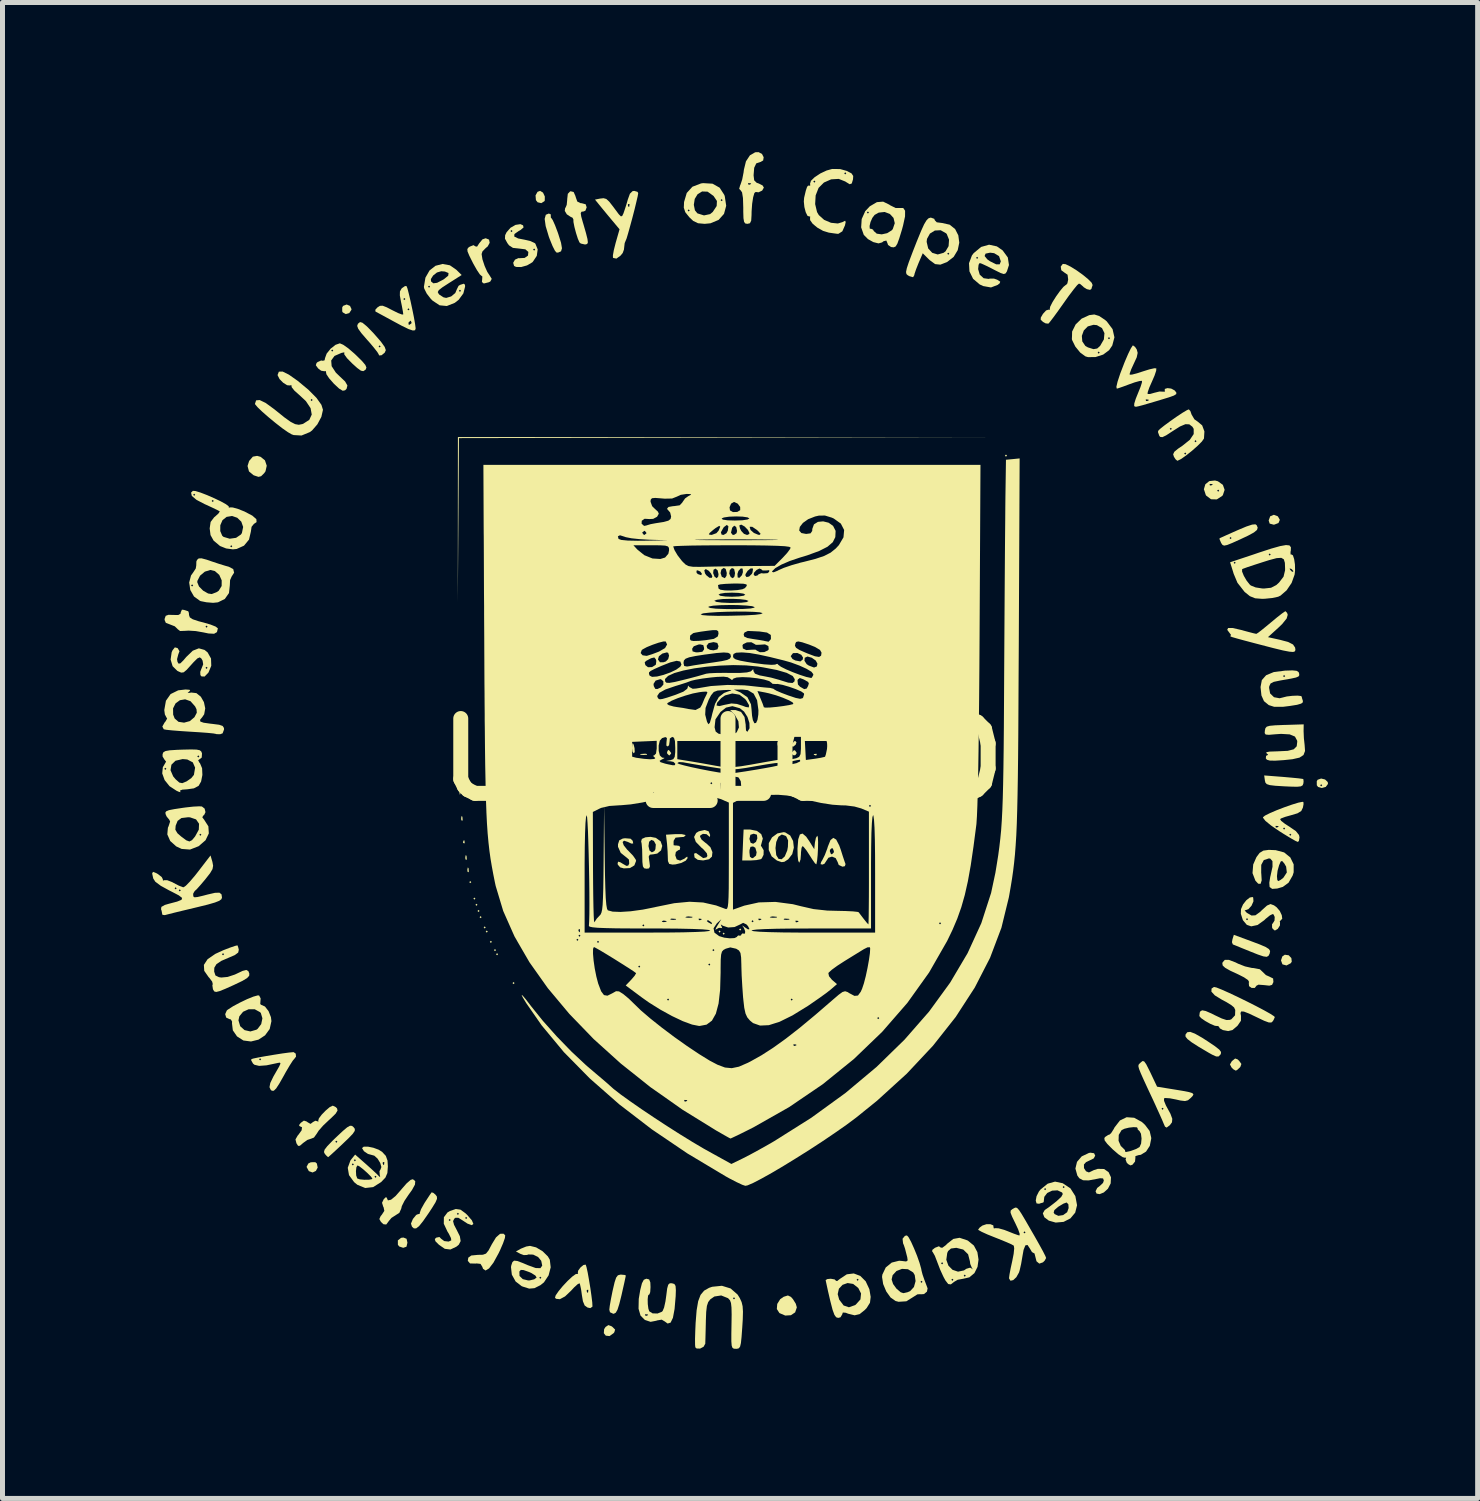
<source format=kicad_pcb>
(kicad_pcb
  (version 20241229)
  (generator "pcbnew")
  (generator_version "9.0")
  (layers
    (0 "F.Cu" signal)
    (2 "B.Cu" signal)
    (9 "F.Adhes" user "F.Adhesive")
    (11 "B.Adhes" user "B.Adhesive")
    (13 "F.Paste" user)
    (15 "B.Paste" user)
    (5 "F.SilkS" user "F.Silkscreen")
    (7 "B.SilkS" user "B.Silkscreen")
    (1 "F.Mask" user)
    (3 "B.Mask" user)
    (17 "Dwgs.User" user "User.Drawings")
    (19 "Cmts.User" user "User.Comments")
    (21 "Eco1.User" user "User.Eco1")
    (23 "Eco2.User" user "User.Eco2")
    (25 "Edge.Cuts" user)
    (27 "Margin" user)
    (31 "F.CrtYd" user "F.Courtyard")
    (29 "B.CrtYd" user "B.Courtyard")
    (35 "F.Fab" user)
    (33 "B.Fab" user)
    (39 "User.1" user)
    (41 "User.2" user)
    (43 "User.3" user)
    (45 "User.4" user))
  (footprint "UCT_LOGO"
    (layer "F.Cu")
    (at 11.436 12.175)
    (property "Reference" "UCT_LOGO" (at 0 0 0) (layer "F.SilkS") (effects (font (size 1.5 1.5) (thickness 0.3))))
    (attr board_only exclude_from_pos_files exclude_from_bom)
    (fp_poly (pts (xy -5.039 2.457) (xy -5.059 2.478) (xy -5.08 2.457) (xy -5.059 2.437)) (stroke (width 0) (type solid)) (fill yes) (layer "F.SilkS"))
    (fp_poly (pts (xy -4.956 2.788) (xy -4.977 2.808) (xy -4.997 2.788) (xy -4.977 2.767)) (stroke (width 0) (type solid)) (fill yes) (layer "F.SilkS"))
    (fp_poly (pts (xy -4.915 2.912) (xy -4.935 2.932) (xy -4.956 2.912) (xy -4.935 2.891)) (stroke (width 0) (type solid)) (fill yes) (layer "F.SilkS"))
    (fp_poly (pts (xy -4.873 3.036) (xy -4.894 3.056) (xy -4.915 3.036) (xy -4.894 3.015)) (stroke (width 0) (type solid)) (fill yes) (layer "F.SilkS"))
    (fp_poly (pts (xy -4.832 3.16) (xy -4.853 3.18) (xy -4.873 3.16) (xy -4.853 3.139)) (stroke (width 0) (type solid)) (fill yes) (layer "F.SilkS"))
    (fp_poly (pts (xy -4.75 3.366) (xy -4.77 3.387) (xy -4.791 3.366) (xy -4.77 3.345)) (stroke (width 0) (type solid)) (fill yes) (layer "F.SilkS"))
    (fp_poly (pts (xy -4.708 3.449) (xy -4.729 3.469) (xy -4.75 3.449) (xy -4.729 3.428)) (stroke (width 0) (type solid)) (fill yes) (layer "F.SilkS"))
    (fp_poly (pts (xy -4.626 3.655) (xy -4.646 3.676) (xy -4.667 3.655) (xy -4.646 3.634)) (stroke (width 0) (type solid)) (fill yes) (layer "F.SilkS"))
    (fp_poly (pts (xy -4.543 3.82) (xy -4.564 3.841) (xy -4.584 3.82) (xy -4.564 3.8)) (stroke (width 0) (type solid)) (fill yes) (layer "F.SilkS"))
    (fp_poly (pts (xy -4.502 3.903) (xy -4.522 3.924) (xy -4.543 3.903) (xy -4.522 3.882)) (stroke (width 0) (type solid)) (fill yes) (layer "F.SilkS"))
    (fp_poly (pts (xy -4.171 4.481) (xy -4.192 4.502) (xy -4.213 4.481) (xy -4.192 4.46)) (stroke (width 0) (type solid)) (fill yes) (layer "F.SilkS"))
    (fp_poly (pts (xy -0.041 3.449) (xy -0.062 3.469) (xy -0.083 3.449) (xy -0.062 3.428)) (stroke (width 0) (type solid)) (fill yes) (layer "F.SilkS"))
    (fp_poly (pts (xy 0.041 3.49) (xy 0.021 3.511) (xy 0 3.49) (xy 0.021 3.469)) (stroke (width 0) (type solid)) (fill yes) (layer "F.SilkS"))
    (fp_poly (pts (xy 0.372 3.407) (xy 0.351 3.428) (xy 0.33 3.407) (xy 0.351 3.387)) (stroke (width 0) (type solid)) (fill yes) (layer "F.SilkS"))
    (fp_poly (pts (xy 5.7 -6.092) (xy 5.679 -6.071) (xy 5.658 -6.092) (xy 5.679 -6.113)) (stroke (width 0) (type solid)) (fill yes) (layer "F.SilkS"))
    (fp_poly (pts (xy -5.217 1.149) (xy -5.212 1.213) (xy -5.22 1.228) (xy -5.239 1.216) (xy -5.242 1.174) (xy -5.232 1.13)) (stroke (width 0) (type solid)) (fill yes) (layer "F.SilkS"))
    (fp_poly (pts (xy -5.176 1.624) (xy -5.171 1.674) (xy -5.176 1.68) (xy -5.201 1.674) (xy -5.204 1.652) (xy -5.189 1.618)) (stroke (width 0) (type solid)) (fill yes) (layer "F.SilkS"))
    (fp_poly (pts (xy -5.134 1.933) (xy -5.129 1.998) (xy -5.138 2.013) (xy -5.156 2) (xy -5.159 1.958) (xy -5.149 1.914)) (stroke (width 0) (type solid)) (fill yes) (layer "F.SilkS"))
    (fp_poly (pts (xy -5.093 2.181) (xy -5.088 2.246) (xy -5.096 2.26) (xy -5.115 2.248) (xy -5.118 2.206) (xy -5.108 2.162)) (stroke (width 0) (type solid)) (fill yes) (layer "F.SilkS"))
    (fp_poly (pts (xy 1.886 -0.11) (xy 1.88 -0.086) (xy 1.859 -0.083) (xy 1.825 -0.098) (xy 1.831 -0.11) (xy 1.88 -0.115)) (stroke (width 0) (type solid)) (fill yes) (layer "F.SilkS"))
    (fp_poly (pts (xy 1.45 -0.183) (xy 1.486 -0.131) (xy 1.458 -0.089) (xy 1.426 -0.083) (xy 1.384 -0.11) (xy 1.389 -0.144) (xy 1.428 -0.186)) (stroke (width 0) (type solid)) (fill yes) (layer "F.SilkS"))
    (fp_poly (pts (xy -5.258 0.547) (xy -5.252 0.652) (xy -5.258 0.692) (xy -5.27 0.705) (xy -5.277 0.648) (xy -5.277 0.62) (xy -5.273 0.544) (xy -5.262 0.536)) (stroke (width 0) (type solid)) (fill yes) (layer "F.SilkS"))
    (fp_poly (pts (xy -1.783 -0.295) (xy -1.766 -0.227) (xy -1.763 -0.15) (xy -1.782 -0.124) (xy -1.808 -0.159) (xy -1.817 -0.227) (xy -1.812 -0.305) (xy -1.801 -0.33)) (stroke (width 0) (type solid)) (fill yes) (layer "F.SilkS"))
    (fp_poly (pts (xy -1.517 -0.11) (xy -1.516 -0.096) (xy -1.58 -0.091) (xy -1.59 -0.091) (xy -1.654 -0.097) (xy -1.648 -0.109) (xy -1.641 -0.111) (xy -1.551 -0.117)) (stroke (width 0) (type solid)) (fill yes) (layer "F.SilkS"))
    (fp_poly (pts (xy -1.074 -0.186) (xy -1.034 -0.133) (xy -1.033 -0.121) (xy -1.064 -0.084) (xy -1.074 -0.083) (xy -1.11 -0.116) (xy -1.115 -0.147) (xy -1.095 -0.19)) (stroke (width 0) (type solid)) (fill yes) (layer "F.SilkS"))
    (fp_poly (pts (xy 0.197 -6.453) (xy -5.286 -6.443) (xy -5.297 -4.801) (xy -5.309 -3.16) (xy -5.308 -4.812) (xy -5.307 -6.464) (xy 0.186 -6.464) (xy 5.679 -6.464)) (stroke (width 0) (type solid)) (fill yes) (layer "F.SilkS"))
    (fp_poly (pts (xy 1.48 -0.347) (xy 1.464 -0.298) (xy 1.416 -0.259) (xy 1.412 -0.257) (xy 1.381 -0.27) (xy 1.388 -0.306) (xy 1.43 -0.363) (xy 1.453 -0.372)) (stroke (width 0) (type solid)) (fill yes) (layer "F.SilkS"))
    (fp_poly (pts (xy -6.336 9.607) (xy -6.319 9.685) (xy -6.338 9.766) (xy -6.403 9.788) (xy -6.482 9.762) (xy -6.51 9.728) (xy -6.511 9.639) (xy -6.446 9.588) (xy -6.399 9.582)) (stroke (width 0) (type solid)) (fill yes) (layer "F.SilkS"))
    (fp_poly (pts (xy 11.129 -4.875) (xy 11.169 -4.805) (xy 11.142 -4.741) (xy 11.059 -4.709) (xy 11.044 -4.708) (xy 10.965 -4.729) (xy 10.945 -4.792) (xy 10.976 -4.876) (xy 11.049 -4.906)) (stroke (width 0) (type solid)) (fill yes) (layer "F.SilkS"))
    (fp_poly (pts (xy -8.135 8.097) (xy -8.118 8.179) (xy -8.154 8.247) (xy -8.22 8.278) (xy -8.292 8.252) (xy -8.296 8.249) (xy -8.341 8.166) (xy -8.306 8.098) (xy -8.255 8.073) (xy -8.167 8.071)) (stroke (width 0) (type solid)) (fill yes) (layer "F.SilkS"))
    (fp_poly (pts (xy -7.47 -9.093) (xy -7.44 -9.028) (xy -7.442 -9.015) (xy -7.485 -8.949) (xy -7.555 -8.929) (xy -7.615 -8.963) (xy -7.626 -8.983) (xy -7.626 -9.063) (xy -7.608 -9.094) (xy -7.537 -9.121)) (stroke (width 0) (type solid)) (fill yes) (layer "F.SilkS"))
    (fp_poly (pts (xy -3.601 -11.364) (xy -3.565 -11.287) (xy -3.566 -11.206) (xy -3.572 -11.193) (xy -3.635 -11.153) (xy -3.709 -11.17) (xy -3.743 -11.213) (xy -3.751 -11.308) (xy -3.711 -11.38) (xy -3.659 -11.399)) (stroke (width 0) (type solid)) (fill yes) (layer "F.SilkS"))
    (fp_poly (pts (xy 11.347 3.924) (xy 11.4 3.98) (xy 11.408 4.052) (xy 11.388 4.083) (xy 11.303 4.128) (xy 11.225 4.107) (xy 11.22 4.103) (xy 11.192 4.027) (xy 11.218 3.948) (xy 11.269 3.913)) (stroke (width 0) (type solid)) (fill yes) (layer "F.SilkS"))
    (fp_poly (pts (xy -2.23 11.359) (xy -2.209 11.374) (xy -2.156 11.427) (xy -2.171 11.479) (xy -2.185 11.498) (xy -2.267 11.557) (xy -2.343 11.549) (xy -2.382 11.499) (xy -2.376 11.419) (xy -2.348 11.375) (xy -2.291 11.337)) (stroke (width 0) (type solid)) (fill yes) (layer "F.SilkS"))
    (fp_poly (pts (xy 10.321 6.01) (xy 10.353 6.04) (xy 10.398 6.103) (xy 10.377 6.162) (xy 10.368 6.172) (xy 10.311 6.225) (xy 10.284 6.236) (xy 10.235 6.208) (xy 10.2 6.172) (xy 10.169 6.112) (xy 10.204 6.051) (xy 10.215 6.04) (xy 10.273 5.993)) (stroke (width 0) (type solid)) (fill yes) (layer "F.SilkS"))
    (fp_poly (pts (xy -9.263 -6.068) (xy -9.175 -5.997) (xy -9.139 -5.889) (xy -9.164 -5.777) (xy -9.191 -5.739) (xy -9.252 -5.679) (xy -9.305 -5.666) (xy -9.39 -5.694) (xy -9.403 -5.699) (xy -9.495 -5.775) (xy -9.524 -5.884) (xy -9.492 -5.985) (xy -9.418 -6.071) (xy -9.332 -6.087)) (stroke (width 0) (type solid)) (fill yes) (layer "F.SilkS"))
    (fp_poly (pts (xy 1.369 10.772) (xy 1.409 10.817) (xy 1.466 10.909) (xy 1.487 10.982) (xy 1.453 11.082) (xy 1.368 11.139) (xy 1.255 11.146) (xy 1.138 11.096) (xy 1.138 11.096) (xy 1.086 11.015) (xy 1.094 10.913) (xy 1.154 10.817) (xy 1.224 10.769) (xy 1.308 10.743)) (stroke (width 0) (type solid)) (fill yes) (layer "F.SilkS"))
    (fp_poly (pts (xy 12.075 0.4) (xy 12.129 0.451) (xy 12.134 0.489) (xy 12.089 0.549) (xy 12.01 0.571) (xy 11.936 0.55) (xy 11.91 0.516) (xy 11.91 0.516) (xy 11.977 0.516) (xy 11.998 0.537) (xy 12.019 0.516) (xy 11.998 0.496) (xy 11.977 0.516) (xy 11.91 0.516) (xy 11.909 0.436) (xy 11.926 0.406) (xy 11.996 0.381)) (stroke (width 0) (type solid)) (fill yes) (layer "F.SilkS"))
    (fp_poly (pts (xy 11.241 0.349) (xy 11.409 0.364) (xy 11.544 0.377) (xy 11.625 0.388) (xy 11.64 0.393) (xy 11.645 0.439) (xy 11.64 0.482) (xy 11.626 0.517) (xy 11.59 0.538) (xy 11.514 0.546) (xy 11.384 0.543) (xy 11.254 0.537) (xy 11.078 0.526) (xy 10.968 0.513) (xy 10.907 0.493) (xy 10.879 0.462) (xy 10.869 0.418) (xy 10.855 0.319)) (stroke (width 0) (type solid)) (fill yes) (layer "F.SilkS"))
    (fp_poly (pts (xy 9.467 5.495) (xy 9.61 5.576) (xy 9.725 5.65) (xy 9.87 5.748) (xy 9.955 5.815) (xy 9.99 5.862) (xy 9.986 5.901) (xy 9.977 5.916) (xy 9.941 5.952) (xy 9.894 5.953) (xy 9.812 5.916) (xy 9.744 5.878) (xy 9.541 5.758) (xy 9.402 5.669) (xy 9.318 5.604) (xy 9.279 5.556) (xy 9.277 5.516) (xy 9.278 5.514) (xy 9.312 5.467) (xy 9.372 5.459)) (stroke (width 0) (type solid)) (fill yes) (layer "F.SilkS"))
    (fp_poly (pts (xy 10.586 3.639) (xy 10.769 3.708) (xy 10.887 3.759) (xy 10.951 3.8) (xy 10.974 3.839) (xy 10.966 3.885) (xy 10.962 3.896) (xy 10.94 3.937) (xy 10.904 3.955) (xy 10.839 3.946) (xy 10.729 3.909) (xy 10.558 3.841) (xy 10.552 3.838) (xy 10.408 3.78) (xy 10.294 3.733) (xy 10.231 3.708) (xy 10.227 3.707) (xy 10.209 3.662) (xy 10.219 3.604) (xy 10.247 3.514)) (stroke (width 0) (type solid)) (fill yes) (layer "F.SilkS"))
    (fp_poly (pts (xy -3.443 -10.925) (xy -3.446 -10.907) (xy -3.444 -10.861) (xy -3.435 -10.855) (xy -3.406 -10.812) (xy -3.36 -10.71) (xy -3.307 -10.57) (xy -3.294 -10.532) (xy -3.24 -10.359) (xy -3.221 -10.248) (xy -3.24 -10.187) (xy -3.296 -10.163) (xy -3.328 -10.161) (xy -3.361 -10.197) (xy -3.41 -10.293) (xy -3.466 -10.431) (xy -3.485 -10.482) (xy -3.548 -10.693) (xy -3.568 -10.838) (xy -3.545 -10.92) (xy -3.483 -10.945)) (stroke (width 0) (type solid)) (fill yes) (layer "F.SilkS"))
    (fp_poly (pts (xy -1.963 10.332) (xy -1.941 10.343) (xy -1.95 10.388) (xy -1.973 10.495) (xy -2.007 10.645) (xy -2.027 10.735) (xy -2.072 10.915) (xy -2.108 11.028) (xy -2.142 11.088) (xy -2.18 11.109) (xy -2.193 11.11) (xy -2.259 11.079) (xy -2.272 11.028) (xy -2.263 10.95) (xy -2.24 10.818) (xy -2.208 10.658) (xy -2.203 10.636) (xy -2.166 10.478) (xy -2.135 10.385) (xy -2.1 10.339) (xy -2.054 10.326) (xy -2.038 10.325)) (stroke (width 0) (type solid)) (fill yes) (layer "F.SilkS"))
    (fp_poly (pts (xy -5.8 8.686) (xy -5.756 8.723) (xy -5.728 8.761) (xy -5.726 8.806) (xy -5.756 8.876) (xy -5.824 8.987) (xy -5.891 9.089) (xy -6.005 9.253) (xy -6.086 9.354) (xy -6.145 9.399) (xy -6.191 9.398) (xy -6.228 9.364) (xy -6.248 9.302) (xy -6.211 9.214) (xy -6.2 9.198) (xy -6.143 9.129) (xy -6.102 9.111) (xy -6.099 9.113) (xy -6.074 9.108) (xy -6.071 9.085) (xy -6.046 9.014) (xy -5.977 8.89) (xy -5.869 8.725) (xy -5.834 8.676)) (stroke (width 0) (type solid)) (fill yes) (layer "F.SilkS"))
    (fp_poly (pts (xy -4.359 9.538) (xy -4.365 9.591) (xy -4.402 9.697) (xy -4.463 9.838) (xy -4.493 9.9) (xy -4.595 10.086) (xy -4.683 10.201) (xy -4.753 10.243) (xy -4.803 10.209) (xy -4.818 10.168) (xy -4.854 10.11) (xy -4.934 10.101) (xy -4.956 10.104) (xy -5.064 10.101) (xy -5.109 10.049) (xy -5.099 9.985) (xy -5.039 9.942) (xy -4.906 9.929) (xy -4.905 9.929) (xy -4.807 9.927) (xy -4.744 9.904) (xy -4.693 9.841) (xy -4.63 9.722) (xy -4.628 9.718) (xy -4.544 9.58) (xy -4.462 9.507) (xy -4.392 9.505)) (stroke (width 0) (type solid)) (fill yes) (layer "F.SilkS"))
    (fp_poly (pts (xy -7.43 7.344) (xy -7.399 7.369) (xy -7.373 7.404) (xy -7.375 7.444) (xy -7.414 7.502) (xy -7.498 7.59) (xy -7.616 7.703) (xy -7.739 7.819) (xy -7.837 7.909) (xy -7.897 7.962) (xy -7.909 7.971) (xy -7.94 7.944) (xy -7.974 7.906) (xy -7.992 7.868) (xy -7.979 7.82) (xy -7.926 7.751) (xy -7.839 7.661) (xy -7.765 7.661) (xy -7.744 7.682) (xy -7.723 7.661) (xy -7.744 7.641) (xy -7.765 7.661) (xy -7.839 7.661) (xy -7.825 7.646) (xy -7.747 7.571) (xy -7.615 7.447) (xy -7.527 7.373) (xy -7.47 7.341)) (stroke (width 0) (type solid)) (fill yes) (layer "F.SilkS"))
    (fp_poly (pts (xy 10.704 -4.698) (xy 10.725 -4.648) (xy 10.711 -4.602) (xy 10.65 -4.552) (xy 10.533 -4.488) (xy 10.374 -4.413) (xy 10.214 -4.341) (xy 10.112 -4.3) (xy 10.052 -4.288) (xy 10.019 -4.302) (xy 9.994 -4.338) (xy 9.992 -4.342) (xy 9.962 -4.411) (xy 9.96 -4.435) (xy 9.971 -4.44) (xy 10.16 -4.44) (xy 10.181 -4.419) (xy 10.201 -4.44) (xy 10.181 -4.46) (xy 10.16 -4.44) (xy 9.971 -4.44) (xy 10.002 -4.454) (xy 10.101 -4.499) (xy 10.241 -4.561) (xy 10.322 -4.597) (xy 10.498 -4.671) (xy 10.613 -4.709) (xy 10.679 -4.715)) (stroke (width 0) (type solid)) (fill yes) (layer "F.SilkS"))
    (fp_poly (pts (xy 9.927 -5.578) (xy 10.027 -5.506) (xy 10.062 -5.406) (xy 10.027 -5.301) (xy 10.013 -5.284) (xy 9.905 -5.214) (xy 9.79 -5.217) (xy 9.693 -5.29) (xy 9.685 -5.301) (xy 9.656 -5.39) (xy 9.912 -5.39) (xy 9.933 -5.369) (xy 9.953 -5.39) (xy 9.933 -5.41) (xy 9.912 -5.39) (xy 9.656 -5.39) (xy 9.646 -5.417) (xy 9.675 -5.516) (xy 9.68 -5.521) (xy 9.761 -5.521) (xy 9.766 -5.496) (xy 9.788 -5.493) (xy 9.822 -5.508) (xy 9.816 -5.521) (xy 9.767 -5.525) (xy 9.761 -5.521) (xy 9.68 -5.521) (xy 9.754 -5.581) (xy 9.87 -5.593)) (stroke (width 0) (type solid)) (fill yes) (layer "F.SilkS"))
    (fp_poly (pts (xy -7.221 -8.756) (xy -7.143 -8.692) (xy -7.114 -8.665) (xy -6.994 -8.541) (xy -6.874 -8.404) (xy -6.848 -8.373) (xy -6.775 -8.271) (xy -6.752 -8.206) (xy -6.774 -8.156) (xy -6.774 -8.156) (xy -6.837 -8.104) (xy -6.886 -8.1) (xy -6.897 -8.126) (xy -6.923 -8.169) (xy -6.992 -8.257) (xy -7.012 -8.281) (xy -6.897 -8.281) (xy -6.877 -8.26) (xy -6.856 -8.281) (xy -6.877 -8.301) (xy -6.897 -8.281) (xy -7.012 -8.281) (xy -7.09 -8.373) (xy -7.129 -8.416) (xy -7.242 -8.547) (xy -7.305 -8.634) (xy -7.326 -8.692) (xy -7.312 -8.733) (xy -7.308 -8.738) (xy -7.269 -8.769)) (stroke (width 0) (type solid)) (fill yes) (layer "F.SilkS"))
    (fp_poly (pts (xy -6.162 8.452) (xy -6.168 8.521) (xy -6.228 8.63) (xy -6.298 8.727) (xy -6.378 8.846) (xy -6.431 8.951) (xy -6.443 9.002) (xy -6.481 9.087) (xy -6.544 9.127) (xy -6.64 9.189) (xy -6.69 9.249) (xy -6.744 9.321) (xy -6.8 9.315) (xy -6.85 9.268) (xy -6.882 9.211) (xy -6.855 9.151) (xy -6.831 9.123) (xy -6.782 9.047) (xy -6.796 8.977) (xy -6.804 8.964) (xy -6.828 8.885) (xy -6.793 8.812) (xy -6.748 8.77) (xy -6.733 8.787) (xy -6.71 8.837) (xy -6.648 8.824) (xy -6.557 8.75) (xy -6.443 8.621) (xy -6.439 8.615) (xy -6.336 8.497) (xy -6.254 8.426) (xy -6.209 8.413)) (stroke (width 0) (type solid)) (fill yes) (layer "F.SilkS"))
    (fp_poly (pts (xy -4.683 -10.422) (xy -4.67 -10.358) (xy -4.71 -10.285) (xy -4.75 -10.252) (xy -4.815 -10.185) (xy -4.832 -10.132) (xy -4.815 -10.026) (xy -4.771 -9.893) (xy -4.717 -9.772) (xy -4.677 -9.713) (xy -4.629 -9.635) (xy -4.658 -9.582) (xy -4.691 -9.566) (xy -4.788 -9.542) (xy -4.826 -9.572) (xy -4.821 -9.622) (xy -4.817 -9.683) (xy -4.833 -9.694) (xy -4.867 -9.724) (xy -4.925 -9.81) (xy -4.996 -9.935) (xy -5.008 -9.958) (xy -5.078 -10.098) (xy -5.114 -10.184) (xy -5.118 -10.233) (xy -5.094 -10.265) (xy -5.067 -10.282) (xy -4.994 -10.311) (xy -4.958 -10.287) (xy -4.923 -10.281) (xy -4.882 -10.345) (xy -4.815 -10.427) (xy -4.75 -10.449)) (stroke (width 0) (type solid)) (fill yes) (layer "F.SilkS"))
    (fp_poly (pts (xy -1.846 1.587) (xy -1.803 1.629) (xy -1.793 1.683) (xy -1.831 1.685) (xy -1.9 1.652) (xy -1.977 1.627) (xy -2.005 1.654) (xy -1.984 1.718) (xy -1.915 1.806) (xy -1.884 1.836) (xy -1.796 1.928) (xy -1.743 2.005) (xy -1.735 2.031) (xy -1.77 2.122) (xy -1.859 2.176) (xy -1.981 2.182) (xy -2.055 2.162) (xy -2.102 2.107) (xy -2.106 2.081) (xy -2.095 2.047) (xy -2.049 2.061) (xy -2.004 2.089) (xy -1.929 2.132) (xy -1.893 2.126) (xy -1.873 2.085) (xy -1.879 2.006) (xy -1.912 1.976) (xy -2.043 1.871) (xy -2.098 1.749) (xy -2.098 1.698) (xy -2.072 1.619) (xy -2.002 1.584) (xy -1.957 1.578)) (stroke (width 0) (type solid)) (fill yes) (layer "F.SilkS"))
    (fp_poly (pts (xy 1.254 1.461) (xy 1.354 1.523) (xy 1.412 1.633) (xy 1.427 1.766) (xy 1.395 1.896) (xy 1.315 1.999) (xy 1.308 2.004) (xy 1.237 2.05) (xy 1.183 2.057) (xy 1.102 2.03) (xy 1.084 2.022) (xy 0.982 1.941) (xy 0.924 1.814) (xy 0.924 1.774) (xy 1.059 1.774) (xy 1.074 1.916) (xy 1.12 1.991) (xy 1.182 1.999) (xy 1.245 1.942) (xy 1.295 1.822) (xy 1.308 1.749) (xy 1.312 1.622) (xy 1.277 1.544) (xy 1.262 1.53) (xy 1.185 1.503) (xy 1.119 1.548) (xy 1.074 1.653) (xy 1.059 1.774) (xy 0.924 1.774) (xy 0.925 1.676) (xy 0.989 1.561) (xy 1.098 1.481) (xy 1.222 1.456)) (stroke (width 0) (type solid)) (fill yes) (layer "F.SilkS"))
    (fp_poly (pts (xy 1.674 1.546) (xy 1.74 1.642) (xy 1.836 1.797) (xy 1.85 1.662) (xy 1.869 1.571) (xy 1.895 1.529) (xy 1.898 1.528) (xy 1.909 1.565) (xy 1.913 1.659) (xy 1.911 1.784) (xy 1.904 1.915) (xy 1.893 2.027) (xy 1.88 2.094) (xy 1.876 2.101) (xy 1.849 2.078) (xy 1.795 2.001) (xy 1.747 1.925) (xy 1.678 1.819) (xy 1.622 1.75) (xy 1.601 1.735) (xy 1.581 1.771) (xy 1.57 1.863) (xy 1.569 1.9) (xy 1.561 2.003) (xy 1.54 2.061) (xy 1.532 2.065) (xy 1.514 2.027) (xy 1.503 1.928) (xy 1.5 1.788) (xy 1.501 1.776) (xy 1.515 1.599) (xy 1.548 1.502) (xy 1.601 1.484)) (stroke (width 0) (type solid)) (fill yes) (layer "F.SilkS"))
    (fp_poly (pts (xy 10.279 4.066) (xy 10.333 4.093) (xy 10.471 4.147) (xy 10.608 4.178) (xy 10.642 4.18) (xy 10.768 4.204) (xy 10.82 4.253) (xy 10.89 4.321) (xy 10.96 4.352) (xy 11.034 4.389) (xy 11.04 4.457) (xy 11.039 4.463) (xy 11.013 4.517) (xy 10.958 4.533) (xy 10.857 4.522) (xy 10.741 4.513) (xy 10.697 4.536) (xy 10.697 4.539) (xy 10.667 4.578) (xy 10.604 4.579) (xy 10.552 4.543) (xy 10.546 4.474) (xy 10.553 4.46) (xy 10.532 4.422) (xy 10.451 4.366) (xy 10.339 4.309) (xy 10.173 4.232) (xy 10.073 4.175) (xy 10.024 4.13) (xy 10.016 4.087) (xy 10.022 4.065) (xy 10.066 4.016) (xy 10.147 4.016)) (stroke (width 0) (type solid)) (fill yes) (layer "F.SilkS"))
    (fp_poly (pts (xy -0.281 1.439) (xy -0.251 1.513) (xy -0.251 1.517) (xy -0.262 1.556) (xy -0.275 1.538) (xy -0.324 1.496) (xy -0.395 1.49) (xy -0.447 1.521) (xy -0.454 1.546) (xy -0.422 1.606) (xy -0.342 1.672) (xy -0.33 1.679) (xy -0.245 1.759) (xy -0.205 1.857) (xy -0.215 1.946) (xy -0.272 1.999) (xy -0.391 2.023) (xy -0.498 2.011) (xy -0.561 1.966) (xy -0.564 1.96) (xy -0.573 1.887) (xy -0.534 1.874) (xy -0.474 1.916) (xy -0.39 1.976) (xy -0.327 1.962) (xy -0.306 1.934) (xy -0.317 1.88) (xy -0.387 1.799) (xy -0.427 1.765) (xy -0.538 1.651) (xy -0.573 1.552) (xy -0.531 1.472) (xy -0.478 1.439) (xy -0.364 1.412)) (stroke (width 0) (type solid)) (fill yes) (layer "F.SilkS"))
    (fp_poly (pts (xy -0.823 1.495) (xy -0.753 1.511) (xy -0.743 1.523) (xy -0.779 1.551) (xy -0.857 1.557) (xy -0.944 1.566) (xy -0.98 1.623) (xy -0.984 1.648) (xy -0.983 1.718) (xy -0.942 1.724) (xy -0.936 1.722) (xy -0.871 1.731) (xy -0.851 1.758) (xy -0.86 1.809) (xy -0.889 1.817) (xy -0.938 1.853) (xy -0.95 1.92) (xy -0.921 2.002) (xy -0.851 2.026) (xy -0.765 1.987) (xy -0.752 1.974) (xy -0.711 1.946) (xy -0.702 1.975) (xy -0.739 2.027) (xy -0.829 2.073) (xy -0.946 2.102) (xy -1.007 2.106) (xy -1.072 2.092) (xy -1.097 2.035) (xy -1.099 1.972) (xy -1.104 1.838) (xy -1.115 1.688) (xy -1.117 1.673) (xy -1.136 1.507) (xy -0.94 1.495)) (stroke (width 0) (type solid)) (fill yes) (layer "F.SilkS"))
    (fp_poly (pts (xy 2.276 1.605) (xy 2.337 1.723) (xy 2.367 1.807) (xy 2.41 1.943) (xy 2.446 2.05) (xy 2.463 2.096) (xy 2.45 2.138) (xy 2.402 2.148) (xy 2.327 2.114) (xy 2.305 2.055) (xy 2.265 1.976) (xy 2.192 1.946) (xy 2.12 1.969) (xy 2.086 2.021) (xy 2.04 2.09) (xy 1.999 2.106) (xy 1.962 2.097) (xy 1.974 2.054) (xy 1.999 2.013) (xy 2.048 1.914) (xy 2.077 1.838) (xy 2.148 1.838) (xy 2.17 1.893) (xy 2.189 1.9) (xy 2.226 1.866) (xy 2.23 1.838) (xy 2.208 1.783) (xy 2.189 1.776) (xy 2.152 1.809) (xy 2.148 1.838) (xy 2.077 1.838) (xy 2.098 1.782) (xy 2.109 1.745) (xy 2.161 1.616) (xy 2.217 1.57)) (stroke (width 0) (type solid)) (fill yes) (layer "F.SilkS"))
    (fp_poly (pts (xy -1.34 1.57) (xy -1.338 1.571) (xy -1.244 1.639) (xy -1.211 1.731) (xy -1.235 1.821) (xy -1.311 1.885) (xy -1.393 1.9) (xy -1.46 1.907) (xy -1.482 1.946) (xy -1.47 2.04) (xy -1.469 2.044) (xy -1.457 2.141) (xy -1.476 2.182) (xy -1.526 2.189) (xy -1.574 2.18) (xy -1.599 2.141) (xy -1.609 2.054) (xy -1.611 1.945) (xy -1.614 1.802) (xy -1.62 1.735) (xy -1.487 1.735) (xy -1.466 1.825) (xy -1.419 1.861) (xy -1.367 1.833) (xy -1.348 1.797) (xy -1.34 1.703) (xy -1.379 1.631) (xy -1.429 1.611) (xy -1.474 1.648) (xy -1.487 1.735) (xy -1.62 1.735) (xy -1.624 1.688) (xy -1.634 1.64) (xy -1.619 1.591) (xy -1.547 1.559) (xy -1.446 1.55)) (stroke (width 0) (type solid)) (fill yes) (layer "F.SilkS"))
    (fp_poly (pts (xy 7.445 7.892) (xy 7.468 7.94) (xy 7.438 7.996) (xy 7.372 8.029) (xy 7.284 8.071) (xy 7.242 8.117) (xy 7.243 8.191) (xy 7.284 8.254) (xy 7.341 8.277) (xy 7.367 8.266) (xy 7.441 8.23) (xy 7.52 8.205) (xy 7.645 8.208) (xy 7.736 8.271) (xy 7.784 8.374) (xy 7.778 8.497) (xy 7.723 8.603) (xy 7.641 8.678) (xy 7.557 8.712) (xy 7.495 8.701) (xy 7.475 8.654) (xy 7.508 8.588) (xy 7.558 8.549) (xy 7.624 8.488) (xy 7.641 8.439) (xy 7.625 8.397) (xy 7.564 8.393) (xy 7.506 8.405) (xy 7.336 8.437) (xy 7.224 8.434) (xy 7.15 8.394) (xy 7.11 8.34) (xy 7.071 8.199) (xy 7.103 8.065) (xy 7.197 7.955) (xy 7.341 7.887) (xy 7.371 7.881)) (stroke (width 0) (type solid)) (fill yes) (layer "F.SilkS"))
    (fp_poly (pts (xy -7.756 6.967) (xy -7.73 6.993) (xy -7.72 7.036) (xy -7.758 7.099) (xy -7.854 7.193) (xy -7.894 7.229) (xy -8.008 7.337) (xy -8.097 7.438) (xy -8.14 7.505) (xy -8.193 7.578) (xy -8.246 7.599) (xy -8.326 7.626) (xy -8.409 7.686) (xy -8.475 7.743) (xy -8.511 7.744) (xy -8.544 7.692) (xy -8.563 7.615) (xy -8.519 7.538) (xy -8.506 7.524) (xy -8.44 7.433) (xy -8.432 7.371) (xy -8.476 7.352) (xy -8.493 7.33) (xy -8.457 7.283) (xy -8.394 7.238) (xy -8.337 7.257) (xy -8.321 7.27) (xy -8.262 7.304) (xy -8.223 7.276) (xy -8.22 7.271) (xy -8.163 7.24) (xy -8.134 7.249) (xy -8.101 7.259) (xy -8.107 7.241) (xy -8.094 7.194) (xy -8.037 7.118) (xy -7.957 7.036) (xy -7.877 6.968) (xy -7.817 6.939) (xy -7.814 6.939)) (stroke (width 0) (type solid)) (fill yes) (layer "F.SilkS"))
    (fp_poly (pts (xy -2.987 -11.376) (xy -2.951 -11.295) (xy -2.947 -11.278) (xy -2.914 -11.185) (xy -2.85 -11.153) (xy -2.824 -11.151) (xy -2.746 -11.13) (xy -2.726 -11.069) (xy -2.752 -11.001) (xy -2.788 -10.986) (xy -2.83 -10.981) (xy -2.845 -10.953) (xy -2.835 -10.884) (xy -2.799 -10.756) (xy -2.793 -10.738) (xy -2.74 -10.554) (xy -2.71 -10.434) (xy -2.702 -10.366) (xy -2.716 -10.334) (xy -2.752 -10.325) (xy -2.764 -10.325) (xy -2.843 -10.343) (xy -2.87 -10.365) (xy -2.903 -10.44) (xy -2.939 -10.553) (xy -2.971 -10.674) (xy -2.991 -10.775) (xy -2.992 -10.825) (xy -3.009 -10.86) (xy -3.052 -10.881) (xy -3.124 -10.929) (xy -3.165 -10.998) (xy -3.157 -11.057) (xy -3.148 -11.065) (xy -3.126 -11.119) (xy -3.116 -11.219) (xy -3.116 -11.233) (xy -3.104 -11.34) (xy -3.059 -11.387) (xy -3.046 -11.391)) (stroke (width 0) (type solid)) (fill yes) (layer "F.SilkS"))
    (fp_poly (pts (xy 11.645 -0.569) (xy 11.651 -0.427) (xy 11.666 -0.289) (xy 11.674 -0.171) (xy 11.643 -0.09) (xy 11.563 -0.038) (xy 11.421 -0.006) (xy 11.248 0.012) (xy 11.075 0.023) (xy 10.968 0.021) (xy 10.911 0.005) (xy 10.888 -0.022) (xy 10.893 -0.075) (xy 10.915 -0.083) (xy 10.934 -0.099) (xy 10.903 -0.124) (xy 10.897 -0.146) (xy 10.965 -0.159) (xy 11.11 -0.164) (xy 11.136 -0.165) (xy 11.327 -0.174) (xy 11.447 -0.205) (xy 11.507 -0.265) (xy 11.518 -0.357) (xy 11.516 -0.378) (xy 11.472 -0.46) (xy 11.367 -0.504) (xy 11.194 -0.514) (xy 11.075 -0.506) (xy 10.948 -0.495) (xy 10.885 -0.501) (xy 10.865 -0.53) (xy 10.869 -0.582) (xy 10.88 -0.629) (xy 10.907 -0.659) (xy 10.967 -0.676) (xy 11.076 -0.686) (xy 11.251 -0.693) (xy 11.265 -0.693) (xy 11.647 -0.705)) (stroke (width 0) (type solid)) (fill yes) (layer "F.SilkS"))
    (fp_poly (pts (xy -10.797 -2.999) (xy -10.731 -2.977) (xy -10.714 -2.974) (xy -10.7 -2.939) (xy -10.697 -2.896) (xy -10.681 -2.849) (xy -10.622 -2.811) (xy -10.505 -2.772) (xy -10.408 -2.747) (xy -10.267 -2.706) (xy -10.164 -2.665) (xy -10.12 -2.631) (xy -10.119 -2.628) (xy -10.137 -2.554) (xy -10.194 -2.521) (xy -10.307 -2.527) (xy -10.408 -2.548) (xy -10.562 -2.575) (xy -10.706 -2.584) (xy -10.77 -2.58) (xy -10.876 -2.576) (xy -10.926 -2.614) (xy -10.928 -2.618) (xy -10.976 -2.664) (xy -10.367 -2.664) (xy -10.346 -2.643) (xy -10.325 -2.664) (xy -10.346 -2.685) (xy -10.367 -2.664) (xy -10.976 -2.664) (xy -10.982 -2.67) (xy -11.074 -2.706) (xy -11.162 -2.74) (xy -11.187 -2.798) (xy -11.185 -2.823) (xy -11.164 -2.881) (xy -11.108 -2.901) (xy -11.017 -2.898) (xy -10.912 -2.897) (xy -10.868 -2.922) (xy -10.862 -2.954) (xy -10.839 -3.004)) (stroke (width 0) (type solid)) (fill yes) (layer "F.SilkS"))
    (fp_poly (pts (xy -8.558 5.895) (xy -8.552 5.955) (xy -8.583 5.996) (xy -8.617 6.036) (xy -8.678 6.131) (xy -8.757 6.265) (xy -8.792 6.329) (xy -8.885 6.493) (xy -8.95 6.593) (xy -8.997 6.639) (xy -9.035 6.64) (xy -9.059 6.622) (xy -9.084 6.568) (xy -9.068 6.484) (xy -9.007 6.357) (xy -8.96 6.275) (xy -8.892 6.157) (xy -8.864 6.096) (xy -8.874 6.076) (xy -8.919 6.082) (xy -8.929 6.085) (xy -9.143 6.13) (xy -9.292 6.141) (xy -9.385 6.119) (xy -9.414 6.095) (xy -9.45 6.032) (xy -9.448 6.009) (xy -9.293 6.009) (xy -9.272 6.03) (xy -9.251 6.009) (xy -9.272 5.989) (xy -9.293 6.009) (xy -9.448 6.009) (xy -9.448 6.006) (xy -9.402 5.992) (xy -9.295 5.97) (xy -9.15 5.944) (xy -8.987 5.917) (xy -8.828 5.892) (xy -8.694 5.874) (xy -8.607 5.866) (xy -8.601 5.865)) (stroke (width 0) (type solid)) (fill yes) (layer "F.SilkS"))
    (fp_poly (pts (xy 11.314 -2.94) (xy 11.327 -2.901) (xy 11.305 -2.826) (xy 11.215 -2.715) (xy 11.138 -2.641) (xy 10.931 -2.453) (xy 11.175 -2.399) (xy 11.338 -2.355) (xy 11.433 -2.306) (xy 11.475 -2.244) (xy 11.481 -2.199) (xy 11.472 -2.169) (xy 11.435 -2.156) (xy 11.36 -2.162) (xy 11.234 -2.186) (xy 11.045 -2.232) (xy 10.945 -2.258) (xy 10.661 -2.332) (xy 10.449 -2.388) (xy 10.303 -2.428) (xy 10.214 -2.454) (xy 10.176 -2.469) (xy 10.179 -2.475) (xy 10.189 -2.5) (xy 10.168 -2.528) (xy 10.114 -2.6) (xy 10.132 -2.636) (xy 10.225 -2.636) (xy 10.391 -2.598) (xy 10.397 -2.596) (xy 10.538 -2.558) (xy 10.646 -2.53) (xy 10.697 -2.519) (xy 10.698 -2.519) (xy 10.738 -2.544) (xy 10.824 -2.611) (xy 10.941 -2.707) (xy 10.988 -2.746) (xy 11.112 -2.849) (xy 11.213 -2.928) (xy 11.274 -2.97) (xy 11.282 -2.973)) (stroke (width 0) (type solid)) (fill yes) (layer "F.SilkS"))
    (fp_poly (pts (xy 0.685 1.43) (xy 0.773 1.495) (xy 0.805 1.584) (xy 0.788 1.646) (xy 0.766 1.728) (xy 0.785 1.755) (xy 0.822 1.819) (xy 0.82 1.91) (xy 0.783 1.984) (xy 0.761 1.999) (xy 0.676 2.016) (xy 0.558 2.024) (xy 0.544 2.024) (xy 0.392 2.024) (xy 0.4 1.859) (xy 0.537 1.859) (xy 0.547 1.949) (xy 0.585 1.977) (xy 0.609 1.975) (xy 0.669 1.925) (xy 0.681 1.859) (xy 0.655 1.769) (xy 0.609 1.742) (xy 0.558 1.751) (xy 0.538 1.816) (xy 0.537 1.859) (xy 0.4 1.859) (xy 0.406 1.714) (xy 0.411 1.593) (xy 0.537 1.593) (xy 0.561 1.669) (xy 0.613 1.688) (xy 0.668 1.651) (xy 0.695 1.579) (xy 0.687 1.507) (xy 0.623 1.487) (xy 0.622 1.487) (xy 0.556 1.509) (xy 0.537 1.588) (xy 0.537 1.593) (xy 0.411 1.593) (xy 0.42 1.404) (xy 0.554 1.404)) (stroke (width 0) (type solid)) (fill yes) (layer "F.SilkS"))
    (fp_poly (pts (xy -10.93 -2.235) (xy -10.923 -2.229) (xy -10.888 -2.171) (xy -10.912 -2.108) (xy -10.937 -2.012) (xy -10.928 -1.957) (xy -10.905 -1.921) (xy -10.869 -1.929) (xy -10.807 -1.991) (xy -10.753 -2.055) (xy -10.621 -2.182) (xy -10.5 -2.229) (xy -10.386 -2.197) (xy -10.325 -2.148) (xy -10.256 -2.025) (xy -10.251 -1.879) (xy -10.307 -1.744) (xy -10.384 -1.664) (xy -10.445 -1.665) (xy -10.469 -1.692) (xy -10.472 -1.757) (xy -10.451 -1.814) (xy -10.441 -1.838) (xy -10.367 -1.838) (xy -10.346 -1.817) (xy -10.325 -1.838) (xy -10.346 -1.859) (xy -10.367 -1.838) (xy -10.441 -1.838) (xy -10.413 -1.908) (xy -10.425 -1.982) (xy -10.449 -2.024) (xy -10.481 -2.048) (xy -10.529 -2.027) (xy -10.606 -1.951) (xy -10.652 -1.9) (xy -10.744 -1.798) (xy -10.804 -1.748) (xy -10.854 -1.742) (xy -10.917 -1.77) (xy -10.931 -1.777) (xy -11.026 -1.871) (xy -11.066 -2.004) (xy -11.045 -2.15) (xy -11.027 -2.19) (xy -10.981 -2.248)) (stroke (width 0) (type solid)) (fill yes) (layer "F.SilkS"))
    (fp_poly (pts (xy -9.292 4.73) (xy -9.261 4.789) (xy -9.265 4.837) (xy -9.269 4.9) (xy -9.255 4.915) (xy -9.175 4.951) (xy -9.103 5.043) (xy -9.055 5.164) (xy -9.045 5.244) (xy -9.08 5.402) (xy -9.173 5.529) (xy -9.304 5.615) (xy -9.455 5.652) (xy -9.607 5.632) (xy -9.735 5.55) (xy -9.819 5.428) (xy -9.836 5.284) (xy -9.833 5.256) (xy -9.848 5.228) (xy -9.706 5.228) (xy -9.671 5.346) (xy -9.584 5.424) (xy -9.467 5.451) (xy -9.346 5.416) (xy -9.323 5.4) (xy -9.25 5.304) (xy -9.226 5.187) (xy -9.257 5.083) (xy -9.272 5.065) (xy -9.38 5.006) (xy -9.502 5.006) (xy -9.613 5.056) (xy -9.688 5.147) (xy -9.706 5.228) (xy -9.848 5.228) (xy -9.859 5.21) (xy -9.885 5.204) (xy -9.952 5.173) (xy -9.972 5.104) (xy -9.94 5.031) (xy -9.923 5.016) (xy -9.813 4.945) (xy -9.676 4.872) (xy -9.534 4.804) (xy -9.408 4.753) (xy -9.319 4.728)) (stroke (width 0) (type solid)) (fill yes) (layer "F.SilkS"))
    (fp_poly (pts (xy -2.745 10.127) (xy -2.729 10.176) (xy -2.705 10.286) (xy -2.679 10.433) (xy -2.652 10.596) (xy -2.63 10.752) (xy -2.614 10.881) (xy -2.61 10.959) (xy -2.611 10.968) (xy -2.653 10.997) (xy -2.709 10.985) (xy -2.766 10.944) (xy -2.801 10.86) (xy -2.822 10.736) (xy -2.833 10.656) (xy -2.726 10.656) (xy -2.711 10.69) (xy -2.698 10.683) (xy -2.693 10.634) (xy -2.698 10.628) (xy -2.723 10.634) (xy -2.726 10.656) (xy -2.833 10.656) (xy -2.84 10.611) (xy -2.859 10.523) (xy -2.868 10.499) (xy -2.905 10.516) (xy -2.976 10.58) (xy -3.04 10.649) (xy -3.159 10.762) (xy -3.263 10.818) (xy -3.34 10.81) (xy -3.361 10.788) (xy -3.347 10.741) (xy -3.289 10.657) (xy -3.204 10.554) (xy -3.107 10.451) (xy -3.016 10.366) (xy -2.947 10.316) (xy -2.922 10.311) (xy -2.897 10.312) (xy -2.904 10.296) (xy -2.897 10.246) (xy -2.851 10.183) (xy -2.792 10.133) (xy -2.747 10.125)) (stroke (width 0) (type solid)) (fill yes) (layer "F.SilkS"))
    (fp_poly (pts (xy 6.875 -9.929) (xy 6.973 -9.881) (xy 7.093 -9.807) (xy 7.216 -9.719) (xy 7.324 -9.631) (xy 7.397 -9.557) (xy 7.416 -9.511) (xy 7.395 -9.448) (xy 7.393 -9.434) (xy 7.364 -9.414) (xy 7.3 -9.429) (xy 7.237 -9.468) (xy 7.228 -9.479) (xy 7.169 -9.53) (xy 7.142 -9.54) (xy 7.106 -9.509) (xy 7.035 -9.422) (xy 6.938 -9.294) (xy 6.835 -9.149) (xy 6.724 -8.992) (xy 6.629 -8.862) (xy 6.56 -8.772) (xy 6.529 -8.737) (xy 6.474 -8.743) (xy 6.423 -8.771) (xy 6.376 -8.814) (xy 6.377 -8.859) (xy 6.421 -8.934) (xy 6.483 -9.002) (xy 6.534 -9.019) (xy 6.536 -9.017) (xy 6.562 -9.015) (xy 6.556 -9.029) (xy 6.566 -9.079) (xy 6.613 -9.171) (xy 6.683 -9.282) (xy 6.761 -9.391) (xy 6.831 -9.475) (xy 6.878 -9.513) (xy 6.883 -9.513) (xy 6.91 -9.544) (xy 6.926 -9.622) (xy 6.914 -9.718) (xy 6.854 -9.759) (xy 6.788 -9.808) (xy 6.777 -9.881) (xy 6.818 -9.935)) (stroke (width 0) (type solid)) (fill yes) (layer "F.SilkS"))
    (fp_poly (pts (xy 11.506 -1.778) (xy 11.545 -1.753) (xy 11.555 -1.726) (xy 11.559 -1.691) (xy 11.543 -1.665) (xy 11.493 -1.644) (xy 11.394 -1.622) (xy 11.233 -1.594) (xy 11.172 -1.583) (xy 11.047 -1.557) (xy 10.983 -1.524) (xy 10.957 -1.469) (xy 10.953 -1.439) (xy 10.974 -1.325) (xy 11.052 -1.249) (xy 11.164 -1.228) (xy 11.221 -1.242) (xy 11.308 -1.264) (xy 11.419 -1.277) (xy 11.524 -1.281) (xy 11.593 -1.273) (xy 11.606 -1.263) (xy 11.618 -1.214) (xy 11.629 -1.184) (xy 11.631 -1.148) (xy 11.597 -1.121) (xy 11.515 -1.097) (xy 11.371 -1.074) (xy 11.234 -1.057) (xy 11.055 -1.057) (xy 10.947 -1.091) (xy 10.851 -1.17) (xy 10.8 -1.284) (xy 10.782 -1.453) (xy 10.808 -1.592) (xy 10.879 -1.673) (xy 11.234 -1.673) (xy 11.254 -1.652) (xy 11.275 -1.673) (xy 11.254 -1.693) (xy 11.234 -1.673) (xy 10.879 -1.673) (xy 10.895 -1.69) (xy 11.047 -1.753) (xy 11.272 -1.782) (xy 11.275 -1.782) (xy 11.422 -1.787)) (stroke (width 0) (type solid)) (fill yes) (layer "F.SilkS"))
    (fp_poly (pts (xy 11.086 1.817) (xy 11.255 1.862) (xy 11.379 1.963) (xy 11.446 2.101) (xy 11.446 2.261) (xy 11.425 2.327) (xy 11.343 2.47) (xy 11.229 2.553) (xy 11.117 2.586) (xy 11.015 2.593) (xy 10.966 2.557) (xy 10.963 2.549) (xy 10.958 2.47) (xy 10.976 2.355) (xy 10.98 2.338) (xy 11.111 2.338) (xy 11.118 2.416) (xy 11.138 2.437) (xy 11.186 2.412) (xy 11.241 2.368) (xy 11.309 2.264) (xy 11.295 2.147) (xy 11.258 2.083) (xy 11.214 2.033) (xy 11.186 2.045) (xy 11.154 2.119) (xy 11.123 2.23) (xy 11.111 2.338) (xy 10.98 2.338) (xy 10.983 2.327) (xy 11.022 2.149) (xy 11.021 2.037) (xy 10.978 1.987) (xy 10.95 1.982) (xy 10.848 2.015) (xy 10.796 2.112) (xy 10.795 2.273) (xy 10.797 2.288) (xy 10.805 2.422) (xy 10.783 2.491) (xy 10.736 2.49) (xy 10.679 2.428) (xy 10.621 2.277) (xy 10.635 2.104) (xy 10.7 1.956) (xy 10.764 1.871) (xy 10.838 1.826) (xy 10.947 1.811)) (stroke (width 0) (type solid)) (fill yes) (layer "F.SilkS"))
    (fp_poly (pts (xy -0.204 -11.543) (xy -0.061 -11.463) (xy 0.033 -11.318) (xy 0.042 -11.292) (xy 0.071 -11.1) (xy 0.027 -10.938) (xy -0.081 -10.817) (xy -0.245 -10.749) (xy -0.361 -10.738) (xy -0.494 -10.75) (xy -0.591 -10.797) (xy -0.669 -10.871) (xy -0.749 -10.971) (xy -0.761 -11.007) (xy -0.702 -11.007) (xy -0.681 -10.986) (xy -0.661 -11.007) (xy -0.681 -11.027) (xy -0.702 -11.007) (xy -0.761 -11.007) (xy -0.779 -11.062) (xy -0.776 -11.119) (xy -0.578 -11.119) (xy -0.556 -11.009) (xy -0.506 -10.948) (xy -0.374 -10.907) (xy -0.252 -10.933) (xy -0.199 -10.976) (xy -0.12 -11.095) (xy -0.115 -11.196) (xy -0.126 -11.213) (xy -0.041 -11.213) (xy -0.021 -11.193) (xy 0 -11.213) (xy -0.021 -11.234) (xy -0.041 -11.213) (xy -0.126 -11.213) (xy -0.182 -11.296) (xy -0.184 -11.298) (xy -0.302 -11.383) (xy -0.412 -11.387) (xy -0.503 -11.331) (xy -0.56 -11.237) (xy -0.578 -11.119) (xy -0.776 -11.119) (xy -0.774 -11.175) (xy -0.72 -11.357) (xy -0.606 -11.482) (xy -0.434 -11.548) (xy -0.392 -11.554)) (stroke (width 0) (type solid)) (fill yes) (layer "F.SilkS"))
    (fp_poly (pts (xy -9.725 3.726) (xy -9.709 3.771) (xy -9.699 3.813) (xy -9.711 3.869) (xy -9.779 3.92) (xy -9.884 3.965) (xy -10.049 4.036) (xy -10.147 4.102) (xy -10.19 4.173) (xy -10.193 4.25) (xy -10.167 4.329) (xy -10.097 4.363) (xy -10.049 4.37) (xy -9.923 4.358) (xy -9.78 4.311) (xy -9.752 4.298) (xy -9.623 4.237) (xy -9.548 4.218) (xy -9.508 4.241) (xy -9.488 4.291) (xy -9.491 4.335) (xy -9.533 4.381) (xy -9.626 4.437) (xy -9.783 4.512) (xy -9.795 4.518) (xy -9.969 4.596) (xy -10.083 4.642) (xy -10.151 4.659) (xy -10.189 4.65) (xy -10.211 4.618) (xy -10.218 4.601) (xy -10.229 4.526) (xy -10.221 4.501) (xy -10.233 4.452) (xy -10.29 4.376) (xy -10.304 4.362) (xy -10.392 4.236) (xy -10.399 4.116) (xy -10.325 4.003) (xy -10.18 3.903) (xy -10.036 3.903) (xy -10.015 3.924) (xy -9.995 3.903) (xy -10.015 3.882) (xy -10.036 3.903) (xy -10.18 3.903) (xy -10.168 3.895) (xy -10.011 3.823) (xy -9.876 3.771) (xy -9.774 3.736) (xy -9.726 3.725)) (stroke (width 0) (type solid)) (fill yes) (layer "F.SilkS"))
    (fp_poly (pts (xy 0.789 -12.138) (xy 0.822 -12.073) (xy 0.812 -12.009) (xy 0.758 -11.977) (xy 0.751 -11.977) (xy 0.674 -11.95) (xy 0.632 -11.862) (xy 0.62 -11.71) (xy 0.632 -11.61) (xy 0.682 -11.561) (xy 0.723 -11.547) (xy 0.8 -11.508) (xy 0.826 -11.465) (xy 0.792 -11.405) (xy 0.72 -11.37) (xy 0.662 -11.377) (xy 0.636 -11.356) (xy 0.611 -11.27) (xy 0.591 -11.139) (xy 0.58 -10.983) (xy 0.579 -10.914) (xy 0.572 -10.802) (xy 0.547 -10.75) (xy 0.496 -10.738) (xy 0.454 -10.745) (xy 0.43 -10.777) (xy 0.417 -10.851) (xy 0.413 -10.983) (xy 0.413 -11.065) (xy 0.407 -11.255) (xy 0.389 -11.368) (xy 0.361 -11.409) (xy 0.331 -11.44) (xy 0.35 -11.509) (xy 0.358 -11.526) (xy 0.366 -11.55) (xy 0.509 -11.55) (xy 0.515 -11.526) (xy 0.537 -11.523) (xy 0.571 -11.538) (xy 0.564 -11.55) (xy 0.515 -11.555) (xy 0.509 -11.55) (xy 0.366 -11.55) (xy 0.392 -11.629) (xy 0.419 -11.768) (xy 0.426 -11.824) (xy 0.467 -11.991) (xy 0.547 -12.112) (xy 0.653 -12.173) (xy 0.721 -12.175)) (stroke (width 0) (type solid)) (fill yes) (layer "F.SilkS"))
    (fp_poly (pts (xy 7.547 -8.891) (xy 7.664 -8.813) (xy 7.7 -8.782) (xy 7.816 -8.627) (xy 7.853 -8.463) (xy 7.81 -8.299) (xy 7.746 -8.205) (xy 7.628 -8.117) (xy 7.475 -8.068) (xy 7.325 -8.066) (xy 7.272 -8.081) (xy 7.168 -8.157) (xy 7.517 -8.157) (xy 7.537 -8.136) (xy 7.558 -8.157) (xy 7.537 -8.178) (xy 7.517 -8.157) (xy 7.168 -8.157) (xy 7.167 -8.158) (xy 7.069 -8.278) (xy 7.006 -8.406) (xy 7 -8.426) (xy 7.003 -8.492) (xy 7.2 -8.492) (xy 7.209 -8.381) (xy 7.27 -8.291) (xy 7.322 -8.261) (xy 7.434 -8.226) (xy 7.508 -8.239) (xy 7.566 -8.291) (xy 7.642 -8.422) (xy 7.644 -8.446) (xy 7.723 -8.446) (xy 7.744 -8.425) (xy 7.765 -8.446) (xy 7.744 -8.467) (xy 7.723 -8.446) (xy 7.644 -8.446) (xy 7.653 -8.547) (xy 7.604 -8.648) (xy 7.502 -8.707) (xy 7.434 -8.714) (xy 7.319 -8.682) (xy 7.239 -8.6) (xy 7.2 -8.492) (xy 7.003 -8.492) (xy 7.005 -8.579) (xy 7.076 -8.722) (xy 7.196 -8.838) (xy 7.349 -8.908) (xy 7.45 -8.921)) (stroke (width 0) (type solid)) (fill yes) (layer "F.SilkS"))
    (fp_poly (pts (xy 8.449 6.051) (xy 8.489 6.106) (xy 8.547 6.22) (xy 8.577 6.281) (xy 8.708 6.558) (xy 9.011 6.607) (xy 9.212 6.64) (xy 9.343 6.665) (xy 9.415 6.687) (xy 9.437 6.712) (xy 9.421 6.744) (xy 9.384 6.783) (xy 9.328 6.83) (xy 9.268 6.846) (xy 9.175 6.835) (xy 9.088 6.815) (xy 8.964 6.791) (xy 8.874 6.785) (xy 8.847 6.792) (xy 8.848 6.842) (xy 8.884 6.931) (xy 8.895 6.952) (xy 8.976 7.101) (xy 9.013 7.202) (xy 9.007 7.272) (xy 8.964 7.33) (xy 8.961 7.332) (xy 8.9 7.378) (xy 8.867 7.359) (xy 8.843 7.305) (xy 8.81 7.226) (xy 8.751 7.094) (xy 8.708 7) (xy 8.797 7) (xy 8.818 7.021) (xy 8.838 7) (xy 8.818 6.98) (xy 8.797 7) (xy 8.708 7) (xy 8.677 6.931) (xy 8.633 6.835) (xy 8.519 6.592) (xy 8.436 6.412) (xy 8.38 6.286) (xy 8.347 6.203) (xy 8.334 6.152) (xy 8.336 6.121) (xy 8.351 6.101) (xy 8.374 6.079) (xy 8.379 6.074) (xy 8.416 6.044)) (stroke (width 0) (type solid)) (fill yes) (layer "F.SilkS"))
    (fp_poly (pts (xy -4.001 -10.708) (xy -3.991 -10.666) (xy -4.049 -10.616) (xy -4.089 -10.594) (xy -4.174 -10.534) (xy -4.178 -10.484) (xy -4.099 -10.445) (xy -3.97 -10.42) (xy -3.852 -10.392) (xy -3.767 -10.352) (xy -3.754 -10.34) (xy -3.708 -10.226) (xy -3.726 -10.096) (xy -3.805 -9.978) (xy -3.817 -9.966) (xy -3.921 -9.905) (xy -4.039 -9.872) (xy -4.141 -9.874) (xy -4.181 -9.894) (xy -4.199 -9.957) (xy -4.163 -10.02) (xy -4.094 -10.051) (xy -4.075 -10.049) (xy -3.969 -10.055) (xy -3.902 -10.102) (xy -3.895 -10.176) (xy -3.896 -10.176) (xy -3.949 -10.222) (xy -3.8 -10.222) (xy -3.779 -10.201) (xy -3.758 -10.222) (xy -3.779 -10.243) (xy -3.8 -10.222) (xy -3.949 -10.222) (xy -3.955 -10.227) (xy -4.083 -10.243) (xy -4.204 -10.256) (xy -4.282 -10.307) (xy -4.317 -10.354) (xy -4.364 -10.441) (xy -4.36 -10.511) (xy -4.331 -10.57) (xy -4.31 -10.594) (xy -4.254 -10.594) (xy -4.233 -10.573) (xy -4.213 -10.594) (xy -4.233 -10.614) (xy -4.254 -10.594) (xy -4.31 -10.594) (xy -4.253 -10.659) (xy -4.152 -10.717) (xy -4.054 -10.732)) (stroke (width 0) (type solid)) (fill yes) (layer "F.SilkS"))
    (fp_poly (pts (xy -10.343 -4.006) (xy -10.257 -3.976) (xy -10.107 -3.926) (xy -9.971 -3.884) (xy -9.902 -3.865) (xy -9.811 -3.818) (xy -9.793 -3.745) (xy -9.841 -3.671) (xy -9.874 -3.597) (xy -9.879 -3.493) (xy -9.896 -3.337) (xy -9.98 -3.218) (xy -10.117 -3.151) (xy -10.215 -3.141) (xy -10.347 -3.152) (xy -10.458 -3.174) (xy -10.476 -3.18) (xy -10.597 -3.268) (xy -10.672 -3.399) (xy -10.685 -3.49) (xy -10.656 -3.49) (xy -10.635 -3.469) (xy -10.614 -3.49) (xy -10.635 -3.511) (xy -10.656 -3.49) (xy -10.685 -3.49) (xy -10.694 -3.548) (xy -10.692 -3.555) (xy -10.532 -3.555) (xy -10.497 -3.469) (xy -10.414 -3.385) (xy -10.314 -3.328) (xy -10.242 -3.317) (xy -10.148 -3.353) (xy -10.102 -3.383) (xy -10.043 -3.478) (xy -10.042 -3.592) (xy -10.091 -3.701) (xy -10.179 -3.778) (xy -10.27 -3.8) (xy -10.38 -3.766) (xy -10.476 -3.685) (xy -10.529 -3.582) (xy -10.532 -3.555) (xy -10.692 -3.555) (xy -10.657 -3.689) (xy -10.615 -3.748) (xy -10.562 -3.829) (xy -10.552 -3.89) (xy -10.55 -3.97) (xy -10.535 -4.003) (xy -10.503 -4.031) (xy -10.445 -4.033)) (stroke (width 0) (type solid)) (fill yes) (layer "F.SilkS"))
    (fp_poly (pts (xy -1.708 -11.38) (xy -1.693 -11.354) (xy -1.703 -11.293) (xy -1.73 -11.177) (xy -1.767 -11.023) (xy -1.811 -10.854) (xy -1.856 -10.688) (xy -1.896 -10.545) (xy -1.926 -10.444) (xy -1.941 -10.408) (xy -1.964 -10.352) (xy -1.966 -10.336) (xy -1.979 -10.221) (xy -2.004 -10.153) (xy -2.047 -10.101) (xy -2.13 -10.041) (xy -2.192 -10.054) (xy -2.199 -10.06) (xy -2.2 -10.108) (xy -2.181 -10.213) (xy -2.146 -10.352) (xy -2.145 -10.356) (xy -2.067 -10.629) (xy -2.221 -10.813) (xy -2.325 -10.938) (xy -2.423 -11.057) (xy -2.467 -11.111) (xy -2.559 -11.224) (xy -2.459 -11.244) (xy -2.388 -11.252) (xy -2.333 -11.237) (xy -2.275 -11.184) (xy -2.195 -11.082) (xy -2.158 -11.032) (xy -2.082 -10.93) (xy -2.039 -10.887) (xy -2.013 -10.897) (xy -1.988 -10.949) (xy -1.953 -11.053) (xy -1.935 -11.11) (xy -1.9 -11.11) (xy -1.885 -11.076) (xy -1.872 -11.082) (xy -1.867 -11.131) (xy -1.872 -11.137) (xy -1.897 -11.132) (xy -1.9 -11.11) (xy -1.935 -11.11) (xy -1.912 -11.187) (xy -1.902 -11.223) (xy -1.859 -11.342) (xy -1.807 -11.393) (xy -1.774 -11.399)) (stroke (width 0) (type solid)) (fill yes) (layer "F.SilkS"))
    (fp_poly (pts (xy -1.473 10.422) (xy -1.45 10.481) (xy -1.446 10.575) (xy -1.452 10.675) (xy -1.469 10.723) (xy -1.477 10.724) (xy -1.495 10.745) (xy -1.503 10.819) (xy -1.501 10.916) (xy -1.489 11.008) (xy -1.471 11.061) (xy -1.404 11.102) (xy -1.306 11.105) (xy -1.219 11.07) (xy -1.203 11.054) (xy -1.174 10.985) (xy -1.147 10.863) (xy -1.13 10.742) (xy -1.112 10.602) (xy -1.091 10.527) (xy -1.059 10.498) (xy -1.016 10.499) (xy -0.968 10.513) (xy -0.944 10.553) (xy -0.938 10.638) (xy -0.942 10.759) (xy -0.964 11.015) (xy -0.997 11.191) (xy -1.043 11.287) (xy -1.103 11.306) (xy -1.161 11.264) (xy -1.222 11.228) (xy -1.312 11.243) (xy -1.332 11.25) (xy -1.445 11.272) (xy -1.555 11.235) (xy -1.561 11.232) (xy -1.646 11.147) (xy -1.653 11.124) (xy -1.556 11.124) (xy -1.55 11.148) (xy -1.528 11.151) (xy -1.494 11.136) (xy -1.501 11.124) (xy -1.55 11.119) (xy -1.556 11.124) (xy -1.653 11.124) (xy -1.686 11.009) (xy -1.682 10.812) (xy -1.652 10.633) (xy -1.618 10.499) (xy -1.581 10.429) (xy -1.532 10.408) (xy -1.525 10.408)) (stroke (width 0) (type solid)) (fill yes) (layer "F.SilkS"))
    (fp_poly (pts (xy 2.758 10.351) (xy 2.867 10.459) (xy 2.941 10.618) (xy 2.967 10.772) (xy 2.953 10.889) (xy 2.886 10.996) (xy 2.849 11.034) (xy 2.746 11.117) (xy 2.645 11.141) (xy 2.516 11.109) (xy 2.468 11.09) (xy 2.409 11.085) (xy 2.395 11.126) (xy 2.361 11.181) (xy 2.316 11.193) (xy 2.275 11.18) (xy 2.24 11.131) (xy 2.204 11.033) (xy 2.162 10.871) (xy 2.151 10.826) (xy 2.126 10.717) (xy 2.306 10.717) (xy 2.336 10.826) (xy 2.425 10.944) (xy 2.531 10.98) (xy 2.653 10.937) (xy 2.67 10.925) (xy 2.762 10.822) (xy 2.774 10.703) (xy 2.719 10.594) (xy 2.616 10.512) (xy 2.504 10.494) (xy 2.403 10.53) (xy 2.33 10.608) (xy 2.306 10.717) (xy 2.126 10.717) (xy 2.113 10.662) (xy 2.084 10.529) (xy 2.067 10.449) (xy 2.065 10.434) (xy 2.1 10.414) (xy 2.168 10.408) (xy 2.246 10.422) (xy 2.272 10.449) (xy 2.296 10.454) (xy 2.328 10.428) (xy 2.685 10.428) (xy 2.705 10.449) (xy 2.726 10.428) (xy 2.705 10.408) (xy 2.685 10.428) (xy 2.328 10.428) (xy 2.353 10.409) (xy 2.489 10.319) (xy 2.628 10.302)) (stroke (width 0) (type solid)) (fill yes) (layer "F.SilkS"))
    (fp_poly (pts (xy 10.635 2.768) (xy 10.64 2.842) (xy 10.601 2.931) (xy 10.539 2.999) (xy 10.496 3.015) (xy 10.463 3.025) (xy 10.498 3.064) (xy 10.513 3.076) (xy 10.602 3.127) (xy 10.679 3.123) (xy 10.769 3.058) (xy 10.814 3.015) (xy 10.912 2.927) (xy 10.982 2.897) (xy 11.052 2.923) (xy 11.106 2.963) (xy 11.168 3.036) (xy 11.208 3.121) (xy 11.217 3.192) (xy 11.188 3.221) (xy 11.188 3.221) (xy 11.166 3.247) (xy 11.173 3.265) (xy 11.171 3.326) (xy 11.128 3.394) (xy 11.071 3.428) (xy 11.068 3.428) (xy 11.027 3.395) (xy 11.013 3.367) (xy 11.013 3.301) (xy 11.029 3.282) (xy 11.062 3.229) (xy 11.066 3.156) (xy 11.042 3.104) (xy 11.024 3.098) (xy 10.969 3.125) (xy 10.886 3.192) (xy 10.856 3.221) (xy 10.723 3.317) (xy 10.595 3.344) (xy 10.507 3.314) (xy 10.428 3.22) (xy 10.422 3.201) (xy 10.49 3.201) (xy 10.511 3.221) (xy 10.532 3.201) (xy 10.511 3.18) (xy 10.49 3.201) (xy 10.422 3.201) (xy 10.387 3.092) (xy 10.39 2.999) (xy 10.431 2.905) (xy 10.497 2.821) (xy 10.567 2.766) (xy 10.623 2.756)) (stroke (width 0) (type solid)) (fill yes) (layer "F.SilkS"))
    (fp_poly (pts (xy 11.641 0.851) (xy 11.644 0.895) (xy 11.631 0.964) (xy 11.598 1.032) (xy 11.523 1.078) (xy 11.399 1.115) (xy 11.278 1.149) (xy 11.195 1.18) (xy 11.174 1.195) (xy 11.196 1.23) (xy 11.273 1.29) (xy 11.359 1.345) (xy 11.49 1.435) (xy 11.553 1.513) (xy 11.563 1.559) (xy 11.551 1.632) (xy 11.53 1.652) (xy 11.482 1.631) (xy 11.382 1.574) (xy 11.272 1.507) (xy 11.358 1.507) (xy 11.378 1.528) (xy 11.399 1.507) (xy 11.378 1.487) (xy 11.358 1.507) (xy 11.272 1.507) (xy 11.247 1.492) (xy 11.157 1.435) (xy 11.082 1.384) (xy 11.234 1.384) (xy 11.254 1.404) (xy 11.275 1.384) (xy 11.254 1.363) (xy 11.234 1.384) (xy 11.082 1.384) (xy 11.011 1.335) (xy 11.082 1.335) (xy 11.088 1.36) (xy 11.11 1.363) (xy 11.144 1.348) (xy 11.137 1.335) (xy 11.088 1.33) (xy 11.082 1.335) (xy 11.011 1.335) (xy 10.991 1.321) (xy 10.88 1.23) (xy 10.832 1.168) (xy 10.831 1.157) (xy 10.871 1.124) (xy 10.969 1.075) (xy 11.106 1.016) (xy 11.26 0.957) (xy 11.411 0.904) (xy 11.538 0.865) (xy 11.622 0.848)) (stroke (width 0) (type solid)) (fill yes) (layer "F.SilkS"))
    (fp_poly (pts (xy -10.439 0.941) (xy -10.384 0.984) (xy -10.367 1.055) (xy -10.395 1.114) (xy -10.413 1.124) (xy -10.43 1.159) (xy -10.395 1.205) (xy -10.309 1.339) (xy -10.3 1.481) (xy -10.366 1.618) (xy -10.503 1.736) (xy -10.503 1.737) (xy -10.677 1.805) (xy -10.845 1.792) (xy -10.954 1.741) (xy -11.074 1.633) (xy -11.132 1.501) (xy -11.124 1.407) (xy -10.971 1.407) (xy -10.93 1.477) (xy -10.855 1.543) (xy -10.753 1.619) (xy -10.689 1.643) (xy -10.637 1.616) (xy -10.576 1.543) (xy -10.556 1.507) (xy -10.49 1.507) (xy -10.47 1.528) (xy -10.449 1.507) (xy -10.47 1.487) (xy -10.49 1.507) (xy -10.556 1.507) (xy -10.501 1.406) (xy -10.496 1.287) (xy -10.556 1.2) (xy -10.677 1.159) (xy -10.715 1.157) (xy -10.849 1.173) (xy -10.926 1.23) (xy -10.965 1.327) (xy -10.971 1.407) (xy -11.124 1.407) (xy -11.12 1.366) (xy -11.107 1.338) (xy -11.076 1.243) (xy -11.094 1.205) (xy -11.144 1.145) (xy -11.163 1.105) (xy -11.172 1.066) (xy -11.154 1.038) (xy -11.099 1.015) (xy -10.991 0.994) (xy -10.818 0.968) (xy -10.759 0.96) (xy -10.613 0.944) (xy -10.494 0.938)) (stroke (width 0) (type solid)) (fill yes) (layer "F.SilkS"))
    (fp_poly (pts (xy -8.695 -7.715) (xy -8.52 -7.592) (xy -8.302 -7.411) (xy -8.141 -7.248) (xy -8.043 -7.11) (xy -8.012 -7.01) (xy -8.044 -6.869) (xy -8.124 -6.719) (xy -8.231 -6.596) (xy -8.278 -6.562) (xy -8.442 -6.495) (xy -8.599 -6.504) (xy -8.639 -6.518) (xy -8.717 -6.563) (xy -8.831 -6.643) (xy -8.964 -6.747) (xy -9.1 -6.859) (xy -9.225 -6.968) (xy -9.32 -7.059) (xy -9.371 -7.119) (xy -9.375 -7.131) (xy -9.352 -7.2) (xy -9.281 -7.206) (xy -9.161 -7.148) (xy -8.991 -7.024) (xy -8.951 -6.992) (xy -8.782 -6.856) (xy -8.66 -6.769) (xy -8.57 -6.723) (xy -8.497 -6.71) (xy -8.426 -6.724) (xy -8.407 -6.731) (xy -8.286 -6.809) (xy -8.237 -6.915) (xy -8.26 -7.043) (xy -8.354 -7.184) (xy -8.378 -7.207) (xy -8.26 -7.207) (xy -8.24 -7.186) (xy -8.219 -7.207) (xy -8.24 -7.228) (xy -8.26 -7.207) (xy -8.378 -7.207) (xy -8.487 -7.308) (xy -8.582 -7.392) (xy -8.637 -7.46) (xy -8.644 -7.49) (xy -8.647 -7.509) (xy -8.67 -7.498) (xy -8.73 -7.503) (xy -8.81 -7.553) (xy -8.882 -7.626) (xy -8.92 -7.7) (xy -8.921 -7.711) (xy -8.896 -7.775) (xy -8.821 -7.777)) (stroke (width 0) (type solid)) (fill yes) (layer "F.SilkS"))
    (fp_poly (pts (xy -7.608 -8.315) (xy -7.505 -8.243) (xy -7.383 -8.138) (xy -7.349 -8.106) (xy -7.229 -7.988) (xy -7.163 -7.91) (xy -7.141 -7.859) (xy -7.154 -7.821) (xy -7.164 -7.81) (xy -7.204 -7.785) (xy -7.252 -7.795) (xy -7.326 -7.849) (xy -7.428 -7.941) (xy -7.53 -8.045) (xy -7.585 -8.121) (xy -7.585 -8.154) (xy -7.582 -8.163) (xy -7.641 -8.151) (xy -7.781 -8.09) (xy -7.847 -7.999) (xy -7.838 -7.885) (xy -7.754 -7.756) (xy -7.682 -7.686) (xy -7.568 -7.578) (xy -7.522 -7.497) (xy -7.539 -7.431) (xy -7.569 -7.401) (xy -7.616 -7.392) (xy -7.689 -7.436) (xy -7.798 -7.538) (xy -7.799 -7.54) (xy -7.888 -7.641) (xy -7.943 -7.723) (xy -7.951 -7.764) (xy -7.957 -7.789) (xy -7.982 -7.783) (xy -8.049 -7.794) (xy -8.109 -7.84) (xy -8.155 -7.903) (xy -8.141 -7.948) (xy -8.118 -7.969) (xy -8.048 -7.999) (xy -8.014 -7.993) (xy -7.979 -8.003) (xy -7.971 -8.046) (xy -7.938 -8.137) (xy -7.888 -8.198) (xy -7.847 -8.198) (xy -7.827 -8.178) (xy -7.806 -8.198) (xy -7.827 -8.219) (xy -7.847 -8.198) (xy -7.888 -8.198) (xy -7.859 -8.235) (xy -7.76 -8.313) (xy -7.674 -8.343)) (stroke (width 0) (type solid)) (fill yes) (layer "F.SilkS"))
    (fp_poly (pts (xy 5.497 -10.286) (xy 5.613 -10.205) (xy 5.716 -10.064) (xy 5.739 -9.912) (xy 5.698 -9.785) (xy 5.671 -9.744) (xy 5.635 -9.732) (xy 5.57 -9.753) (xy 5.458 -9.809) (xy 5.419 -9.829) (xy 5.293 -9.893) (xy 5.196 -9.938) (xy 5.152 -9.953) (xy 5.13 -9.918) (xy 5.121 -9.831) (xy 5.121 -9.831) (xy 5.153 -9.72) (xy 5.231 -9.648) (xy 5.331 -9.634) (xy 5.355 -9.64) (xy 5.437 -9.641) (xy 5.503 -9.618) (xy 5.564 -9.579) (xy 5.553 -9.546) (xy 5.513 -9.514) (xy 5.379 -9.463) (xy 5.221 -9.491) (xy 5.153 -9.523) (xy 5.02 -9.636) (xy 4.947 -9.785) (xy 4.938 -9.949) (xy 4.979 -10.057) (xy 5.08 -10.057) (xy 5.101 -10.036) (xy 5.121 -10.057) (xy 5.101 -10.077) (xy 5.08 -10.057) (xy 4.979 -10.057) (xy 4.992 -10.093) (xy 5.251 -10.093) (xy 5.305 -10.026) (xy 5.359 -9.988) (xy 5.482 -9.927) (xy 5.553 -9.926) (xy 5.576 -9.986) (xy 5.576 -9.987) (xy 5.54 -10.091) (xy 5.442 -10.15) (xy 5.361 -10.16) (xy 5.27 -10.141) (xy 5.251 -10.093) (xy 4.992 -10.093) (xy 4.997 -10.105) (xy 5.031 -10.15) (xy 5.181 -10.275) (xy 5.34 -10.32)) (stroke (width 0) (type solid)) (fill yes) (layer "F.SilkS"))
    (fp_poly (pts (xy 9.899 4.57) (xy 10.006 4.613) (xy 10.154 4.679) (xy 10.328 4.761) (xy 10.512 4.851) (xy 10.692 4.942) (xy 10.853 5.027) (xy 10.978 5.097) (xy 11.053 5.146) (xy 11.068 5.163) (xy 11.048 5.211) (xy 11.029 5.245) (xy 10.998 5.272) (xy 10.945 5.27) (xy 10.853 5.236) (xy 10.719 5.172) (xy 10.553 5.093) (xy 10.45 5.053) (xy 10.396 5.049) (xy 10.38 5.081) (xy 10.39 5.14) (xy 10.389 5.236) (xy 10.324 5.332) (xy 10.31 5.346) (xy 10.219 5.423) (xy 10.133 5.443) (xy 10.026 5.423) (xy 9.965 5.388) (xy 9.953 5.364) (xy 9.93 5.339) (xy 9.921 5.343) (xy 9.867 5.337) (xy 9.775 5.298) (xy 9.673 5.241) (xy 9.59 5.183) (xy 9.555 5.142) (xy 9.563 5.073) (xy 9.576 5.047) (xy 9.612 5.027) (xy 9.683 5.041) (xy 9.805 5.094) (xy 9.861 5.123) (xy 10.005 5.191) (xy 10.099 5.222) (xy 10.166 5.219) (xy 10.198 5.206) (xy 10.271 5.127) (xy 10.275 5.021) (xy 10.252 4.97) (xy 10.2 4.926) (xy 10.099 4.863) (xy 10.005 4.813) (xy 9.866 4.728) (xy 9.797 4.653) (xy 9.8 4.591) (xy 9.849 4.559)) (stroke (width 0) (type solid)) (fill yes) (layer "F.SilkS"))
    (fp_poly (pts (xy -5.256 9.023) (xy -5.156 9.095) (xy -5.123 9.126) (xy -5.027 9.237) (xy -4.997 9.309) (xy -5.028 9.334) (xy -5.115 9.303) (xy -5.206 9.243) (xy -5.293 9.189) (xy -5.163 9.189) (xy -5.142 9.21) (xy -5.121 9.189) (xy -5.142 9.169) (xy -5.163 9.189) (xy -5.293 9.189) (xy -5.296 9.187) (xy -5.354 9.185) (xy -5.38 9.204) (xy -5.404 9.253) (xy -5.385 9.326) (xy -5.338 9.416) (xy -5.268 9.556) (xy -5.252 9.653) (xy -5.289 9.725) (xy -5.337 9.765) (xy -5.457 9.822) (xy -5.57 9.808) (xy -5.687 9.727) (xy -5.758 9.656) (xy -5.77 9.612) (xy -5.741 9.584) (xy -5.677 9.571) (xy -5.646 9.604) (xy -5.581 9.653) (xy -5.493 9.663) (xy -5.44 9.639) (xy -5.446 9.593) (xy -5.489 9.506) (xy -5.518 9.459) (xy -5.59 9.305) (xy -5.589 9.231) (xy -5.493 9.231) (xy -5.472 9.251) (xy -5.452 9.231) (xy -5.472 9.21) (xy -5.493 9.231) (xy -5.589 9.231) (xy -5.588 9.175) (xy -5.537 9.107) (xy -5.328 9.107) (xy -5.307 9.127) (xy -5.287 9.107) (xy -5.307 9.086) (xy -5.328 9.107) (xy -5.537 9.107) (xy -5.515 9.078) (xy -5.467 9.05) (xy -5.349 9.01)) (stroke (width 0) (type solid)) (fill yes) (layer "F.SilkS"))
    (fp_poly (pts (xy -3.74 9.779) (xy -3.609 9.857) (xy -3.504 9.96) (xy -3.465 10.026) (xy -3.447 10.179) (xy -3.489 10.34) (xy -3.582 10.48) (xy -3.653 10.537) (xy -3.773 10.597) (xy -3.878 10.606) (xy -4.005 10.566) (xy -4.03 10.556) (xy -4.15 10.463) (xy -4.226 10.326) (xy -4.233 10.266) (xy -4.075 10.266) (xy -4.072 10.352) (xy -4.006 10.416) (xy -3.899 10.442) (xy -3.868 10.441) (xy -3.776 10.419) (xy -3.734 10.387) (xy -3.676 10.387) (xy -3.655 10.408) (xy -3.634 10.387) (xy -3.655 10.367) (xy -3.676 10.387) (xy -3.734 10.387) (xy -3.729 10.384) (xy -3.755 10.343) (xy -3.836 10.293) (xy -3.883 10.272) (xy -3.991 10.234) (xy -4.046 10.231) (xy -4.073 10.261) (xy -4.075 10.266) (xy -4.233 10.266) (xy -4.243 10.174) (xy -4.237 10.14) (xy -4.215 10.075) (xy -4.181 10.045) (xy -4.116 10.052) (xy -4.004 10.094) (xy -3.906 10.136) (xy -3.749 10.193) (xy -3.653 10.196) (xy -3.617 10.145) (xy -3.637 10.048) (xy -3.7 9.972) (xy -3.799 9.924) (xy -3.897 9.921) (xy -3.92 9.931) (xy -3.986 9.934) (xy -4.054 9.909) (xy -4.144 9.861) (xy -4.044 9.805) (xy -3.938 9.762) (xy -3.862 9.749)) (stroke (width 0) (type solid)) (fill yes) (layer "F.SilkS"))
    (fp_poly (pts (xy 3.342 -11.122) (xy 3.354 -11.112) (xy 3.468 -11.055) (xy 3.545 -11.055) (xy 3.62 -11.055) (xy 3.657 -11.001) (xy 3.656 -10.887) (xy 3.617 -10.707) (xy 3.594 -10.622) (xy 3.541 -10.449) (xy 3.502 -10.341) (xy 3.468 -10.285) (xy 3.429 -10.267) (xy 3.378 -10.273) (xy 3.376 -10.273) (xy 3.315 -10.315) (xy 3.304 -10.349) (xy 3.281 -10.403) (xy 3.224 -10.389) (xy 3.196 -10.366) (xy 3.124 -10.346) (xy 3.02 -10.372) (xy 2.913 -10.432) (xy 2.83 -10.516) (xy 2.828 -10.519) (xy 2.776 -10.668) (xy 2.778 -10.695) (xy 2.945 -10.695) (xy 2.949 -10.641) (xy 2.978 -10.638) (xy 3.014 -10.622) (xy 3.03 -10.593) (xy 3.089 -10.541) (xy 3.188 -10.527) (xy 3.298 -10.551) (xy 3.389 -10.608) (xy 3.41 -10.633) (xy 3.45 -10.751) (xy 3.425 -10.857) (xy 3.352 -10.936) (xy 3.247 -10.976) (xy 3.128 -10.963) (xy 3.046 -10.917) (xy 3 -10.857) (xy 2.964 -10.775) (xy 2.945 -10.695) (xy 2.778 -10.695) (xy 2.787 -10.834) (xy 2.846 -10.965) (xy 2.891 -10.965) (xy 2.912 -10.945) (xy 2.932 -10.965) (xy 2.912 -10.986) (xy 2.891 -10.965) (xy 2.846 -10.965) (xy 2.856 -10.99) (xy 2.949 -11.089) (xy 3.092 -11.173) (xy 3.217 -11.183)) (stroke (width 0) (type solid)) (fill yes) (layer "F.SilkS"))
    (fp_poly (pts (xy -6.336 -9.489) (xy -6.318 -9.441) (xy -6.29 -9.333) (xy -6.256 -9.187) (xy -6.221 -9.024) (xy -6.189 -8.866) (xy -6.166 -8.734) (xy -6.155 -8.65) (xy -6.154 -8.642) (xy -6.166 -8.605) (xy -6.211 -8.6) (xy -6.297 -8.629) (xy -6.435 -8.696) (xy -6.546 -8.756) (xy -6.298 -8.756) (xy -6.295 -8.718) (xy -6.28 -8.714) (xy -6.238 -8.744) (xy -6.236 -8.756) (xy -6.251 -8.796) (xy -6.255 -8.797) (xy -6.29 -8.768) (xy -6.298 -8.756) (xy -6.546 -8.756) (xy -6.587 -8.778) (xy -6.738 -8.86) (xy -6.863 -8.928) (xy -6.943 -8.971) (xy -6.959 -8.979) (xy -6.963 -9.015) (xy -6.921 -9.062) (xy -6.871 -9.094) (xy -6.816 -9.097) (xy -6.734 -9.065) (xy -6.622 -9.007) (xy -6.507 -8.95) (xy -6.427 -8.92) (xy -6.402 -8.923) (xy -6.41 -8.981) (xy -6.418 -9.024) (xy -6.319 -9.024) (xy -6.298 -9.004) (xy -6.278 -9.024) (xy -6.298 -9.045) (xy -6.319 -9.024) (xy -6.418 -9.024) (xy -6.43 -9.09) (xy -6.447 -9.171) (xy -6.458 -9.231) (xy -6.402 -9.231) (xy -6.381 -9.21) (xy -6.36 -9.231) (xy -6.381 -9.251) (xy -6.402 -9.231) (xy -6.458 -9.231) (xy -6.471 -9.303) (xy -6.469 -9.383) (xy -6.439 -9.437) (xy -6.428 -9.45) (xy -6.367 -9.491)) (stroke (width 0) (type solid)) (fill yes) (layer "F.SilkS"))
    (fp_poly (pts (xy 0.16 10.603) (xy 0.3 10.726) (xy 0.344 10.797) (xy 0.38 10.876) (xy 0.4 10.959) (xy 0.407 11.067) (xy 0.403 11.221) (xy 0.393 11.38) (xy 0.379 11.572) (xy 0.366 11.697) (xy 0.349 11.769) (xy 0.324 11.802) (xy 0.287 11.812) (xy 0.266 11.812) (xy 0.224 11.81) (xy 0.197 11.793) (xy 0.181 11.749) (xy 0.174 11.662) (xy 0.174 11.519) (xy 0.177 11.334) (xy 0.18 11.126) (xy 0.177 10.985) (xy 0.167 10.895) (xy 0.147 10.84) (xy 0.115 10.805) (xy 0.11 10.8) (xy 0.207 10.8) (xy 0.227 10.821) (xy 0.248 10.8) (xy 0.227 10.78) (xy 0.207 10.8) (xy 0.11 10.8) (xy 0.106 10.797) (xy -0.029 10.743) (xy -0.166 10.764) (xy -0.248 10.821) (xy -0.29 10.876) (xy -0.316 10.954) (xy -0.33 11.073) (xy -0.337 11.254) (xy -0.337 11.265) (xy -0.341 11.439) (xy -0.345 11.589) (xy -0.348 11.69) (xy -0.348 11.709) (xy -0.382 11.771) (xy -0.452 11.808) (xy -0.523 11.806) (xy -0.548 11.783) (xy -0.553 11.731) (xy -0.554 11.614) (xy -0.549 11.452) (xy -0.542 11.294) (xy -0.522 11.042) (xy -0.491 10.859) (xy -0.443 10.732) (xy -0.372 10.647) (xy -0.272 10.59) (xy -0.21 10.569) (xy -0.015 10.549)) (stroke (width 0) (type solid)) (fill yes) (layer "F.SilkS"))
    (fp_poly (pts (xy 4.241 -10.839) (xy 4.254 -10.808) (xy 4.292 -10.769) (xy 4.398 -10.755) (xy 4.399 -10.755) (xy 4.551 -10.721) (xy 4.66 -10.633) (xy 4.724 -10.507) (xy 4.743 -10.361) (xy 4.712 -10.211) (xy 4.631 -10.076) (xy 4.498 -9.972) (xy 4.364 -9.92) (xy 4.259 -9.931) (xy 4.151 -10.01) (xy 4.13 -10.03) (xy 4.011 -10.148) (xy 3.926 -9.95) (xy 3.878 -9.829) (xy 3.847 -9.738) (xy 3.841 -9.708) (xy 3.817 -9.668) (xy 3.743 -9.689) (xy 3.711 -9.707) (xy 3.684 -9.731) (xy 3.676 -9.773) (xy 3.691 -9.847) (xy 3.73 -9.966) (xy 3.798 -10.146) (xy 3.807 -10.17) (xy 3.888 -10.377) (xy 4.089 -10.377) (xy 4.12 -10.245) (xy 4.201 -10.157) (xy 4.311 -10.124) (xy 4.365 -10.139) (xy 4.502 -10.139) (xy 4.522 -10.119) (xy 4.543 -10.139) (xy 4.522 -10.16) (xy 4.502 -10.139) (xy 4.365 -10.139) (xy 4.428 -10.157) (xy 4.468 -10.187) (xy 4.529 -10.291) (xy 4.538 -10.42) (xy 4.492 -10.534) (xy 4.478 -10.549) (xy 4.37 -10.61) (xy 4.254 -10.604) (xy 4.155 -10.543) (xy 4.096 -10.437) (xy 4.089 -10.377) (xy 3.888 -10.377) (xy 3.905 -10.419) (xy 3.98 -10.601) (xy 4.037 -10.726) (xy 4.083 -10.804) (xy 4.122 -10.846) (xy 4.16 -10.861) (xy 4.176 -10.862)) (stroke (width 0) (type solid)) (fill yes) (layer "F.SilkS"))
    (fp_poly (pts (xy -5.468 -9.907) (xy -5.338 -9.817) (xy -5.232 -9.712) (xy -5.489 -9.549) (xy -5.62 -9.464) (xy -5.69 -9.409) (xy -5.711 -9.37) (xy -5.692 -9.334) (xy -5.679 -9.319) (xy -5.596 -9.265) (xy -5.542 -9.253) (xy -5.442 -9.283) (xy -5.36 -9.351) (xy -5.341 -9.396) (xy -5.287 -9.396) (xy -5.266 -9.375) (xy -5.245 -9.396) (xy -5.266 -9.417) (xy -5.287 -9.396) (xy -5.341 -9.396) (xy -5.328 -9.427) (xy -5.294 -9.495) (xy -5.262 -9.515) (xy -5.189 -9.538) (xy -5.165 -9.517) (xy -5.163 -9.48) (xy -5.198 -9.343) (xy -5.292 -9.215) (xy -5.369 -9.155) (xy -5.529 -9.091) (xy -5.674 -9.105) (xy -5.814 -9.198) (xy -5.85 -9.234) (xy -5.932 -9.34) (xy -5.982 -9.44) (xy -5.989 -9.475) (xy -5.988 -9.479) (xy -5.906 -9.479) (xy -5.885 -9.458) (xy -5.865 -9.479) (xy -5.885 -9.499) (xy -5.906 -9.479) (xy -5.988 -9.479) (xy -5.963 -9.631) (xy -5.849 -9.631) (xy -5.846 -9.584) (xy -5.799 -9.546) (xy -5.724 -9.556) (xy -5.605 -9.618) (xy -5.587 -9.629) (xy -5.501 -9.699) (xy -5.495 -9.752) (xy -5.568 -9.782) (xy -5.641 -9.788) (xy -5.727 -9.763) (xy -5.804 -9.702) (xy -5.849 -9.631) (xy -5.963 -9.631) (xy -5.958 -9.66) (xy -5.876 -9.803) (xy -5.757 -9.897) (xy -5.616 -9.934)) (stroke (width 0) (type solid)) (fill yes) (layer "F.SilkS"))
    (fp_poly (pts (xy -10.685 -1.398) (xy -10.675 -1.378) (xy -10.697 -1.361) (xy -10.725 -1.335) (xy -10.681 -1.337) (xy -10.654 -1.343) (xy -10.549 -1.331) (xy -10.46 -1.259) (xy -10.398 -1.15) (xy -10.372 -1.025) (xy -10.393 -0.907) (xy -10.433 -0.848) (xy -10.476 -0.796) (xy -10.47 -0.761) (xy -10.405 -0.738) (xy -10.271 -0.719) (xy -10.226 -0.714) (xy -10.093 -0.697) (xy -10.023 -0.673) (xy -9.997 -0.633) (xy -9.995 -0.602) (xy -10.024 -0.525) (xy -10.073 -0.507) (xy -10.146 -0.509) (xy -10.166 -0.515) (xy -10.211 -0.523) (xy -10.321 -0.534) (xy -10.481 -0.546) (xy -10.673 -0.558) (xy -10.676 -0.558) (xy -10.871 -0.571) (xy -11.035 -0.584) (xy -11.152 -0.596) (xy -11.203 -0.606) (xy -11.232 -0.661) (xy -11.187 -0.742) (xy -11.172 -0.758) (xy -11.136 -0.82) (xy -11.151 -0.846) (xy -11.181 -0.903) (xy -11.193 -0.992) (xy -11.187 -1.025) (xy -11.017 -1.025) (xy -11.015 -0.9) (xy -10.985 -0.823) (xy -10.908 -0.756) (xy -10.796 -0.739) (xy -10.681 -0.77) (xy -10.59 -0.847) (xy -10.587 -0.851) (xy -10.541 -0.938) (xy -10.547 -1.008) (xy -10.575 -1.065) (xy -10.667 -1.169) (xy -10.775 -1.207) (xy -10.88 -1.189) (xy -10.967 -1.125) (xy -11.017 -1.025) (xy -11.187 -1.025) (xy -11.16 -1.178) (xy -11.066 -1.312) (xy -10.914 -1.387) (xy -10.767 -1.404)) (stroke (width 0) (type solid)) (fill yes) (layer "F.SilkS"))
    (fp_poly (pts (xy 8.249 7.181) (xy 8.405 7.267) (xy 8.466 7.323) (xy 8.559 7.446) (xy 8.59 7.578) (xy 8.591 7.599) (xy 8.562 7.744) (xy 8.487 7.859) (xy 8.383 7.923) (xy 8.337 7.93) (xy 8.274 7.95) (xy 8.273 7.987) (xy 8.266 8.059) (xy 8.215 8.122) (xy 8.174 8.136) (xy 8.127 8.109) (xy 8.1 8.081) (xy 8.076 8.017) (xy 8.085 7.992) (xy 8.087 7.976) (xy 8.069 7.984) (xy 8.019 7.971) (xy 7.93 7.911) (xy 7.822 7.817) (xy 7.818 7.814) (xy 7.71 7.705) (xy 7.663 7.643) (xy 7.936 7.643) (xy 7.981 7.747) (xy 8.012 7.776) (xy 8.065 7.829) (xy 8.068 7.86) (xy 8.085 7.867) (xy 8.159 7.852) (xy 8.179 7.847) (xy 8.285 7.808) (xy 8.355 7.769) (xy 8.357 7.767) (xy 8.388 7.698) (xy 8.397 7.597) (xy 8.385 7.501) (xy 8.354 7.445) (xy 8.349 7.443) (xy 8.316 7.409) (xy 8.32 7.396) (xy 8.305 7.373) (xy 8.237 7.369) (xy 8.144 7.379) (xy 8.054 7.401) (xy 7.996 7.43) (xy 7.94 7.524) (xy 7.936 7.643) (xy 7.663 7.643) (xy 7.657 7.634) (xy 7.651 7.588) (xy 7.667 7.566) (xy 7.728 7.525) (xy 7.751 7.52) (xy 7.786 7.49) (xy 7.838 7.409) (xy 7.856 7.374) (xy 7.964 7.235) (xy 8.098 7.17)) (stroke (width 0) (type solid)) (fill yes) (layer "F.SilkS"))
    (fp_poly (pts (xy 9.375 -6.986) (xy 9.4 -6.915) (xy 9.456 -6.82) (xy 9.524 -6.772) (xy 9.612 -6.698) (xy 9.657 -6.577) (xy 9.648 -6.435) (xy 9.647 -6.433) (xy 9.606 -6.374) (xy 9.519 -6.287) (xy 9.407 -6.188) (xy 9.289 -6.094) (xy 9.186 -6.022) (xy 9.118 -5.989) (xy 9.113 -5.989) (xy 9.077 -6.02) (xy 9.046 -6.069) (xy 9.03 -6.12) (xy 9.037 -6.133) (xy 9.251 -6.133) (xy 9.272 -6.113) (xy 9.293 -6.133) (xy 9.272 -6.154) (xy 9.251 -6.133) (xy 9.037 -6.133) (xy 9.054 -6.169) (xy 9.129 -6.231) (xy 9.211 -6.286) (xy 9.33 -6.381) (xy 9.458 -6.381) (xy 9.479 -6.36) (xy 9.499 -6.381) (xy 9.479 -6.402) (xy 9.458 -6.381) (xy 9.33 -6.381) (xy 9.364 -6.408) (xy 9.442 -6.524) (xy 9.442 -6.628) (xy 9.416 -6.671) (xy 9.354 -6.719) (xy 9.276 -6.722) (xy 9.167 -6.676) (xy 9.014 -6.579) (xy 8.89 -6.498) (xy 8.815 -6.462) (xy 8.771 -6.467) (xy 8.754 -6.486) (xy 8.727 -6.56) (xy 8.729 -6.587) (xy 8.766 -6.626) (xy 8.77 -6.629) (xy 8.962 -6.629) (xy 8.983 -6.608) (xy 9.004 -6.629) (xy 8.983 -6.649) (xy 8.962 -6.629) (xy 8.77 -6.629) (xy 8.853 -6.695) (xy 8.971 -6.782) (xy 9.098 -6.871) (xy 9.217 -6.95) (xy 9.306 -7.003) (xy 9.344 -7.019)) (stroke (width 0) (type solid)) (fill yes) (layer "F.SilkS"))
    (fp_poly (pts (xy 3.727 9.576) (xy 3.778 9.67) (xy 3.837 9.801) (xy 3.897 9.948) (xy 3.947 10.091) (xy 3.98 10.208) (xy 3.986 10.243) (xy 4.007 10.324) (xy 4.043 10.428) (xy 4.082 10.531) (xy 4.108 10.601) (xy 4.095 10.666) (xy 4.037 10.715) (xy 3.97 10.72) (xy 3.964 10.717) (xy 3.903 10.721) (xy 3.828 10.769) (xy 3.682 10.86) (xy 3.527 10.87) (xy 3.466 10.854) (xy 3.367 10.785) (xy 3.279 10.662) (xy 3.217 10.514) (xy 3.203 10.422) (xy 3.387 10.422) (xy 3.416 10.513) (xy 3.485 10.608) (xy 3.569 10.679) (xy 3.624 10.697) (xy 3.707 10.678) (xy 3.758 10.656) (xy 3.834 10.574) (xy 3.863 10.47) (xy 3.965 10.47) (xy 3.986 10.49) (xy 4.006 10.47) (xy 3.986 10.449) (xy 3.965 10.47) (xy 3.863 10.47) (xy 3.867 10.454) (xy 3.85 10.334) (xy 3.818 10.281) (xy 3.714 10.217) (xy 3.595 10.21) (xy 3.484 10.253) (xy 3.407 10.337) (xy 3.387 10.422) (xy 3.203 10.422) (xy 3.195 10.372) (xy 3.201 10.325) (xy 3.269 10.182) (xy 3.389 10.084) (xy 3.537 10.047) (xy 3.587 10.051) (xy 3.679 10.062) (xy 3.709 10.04) (xy 3.699 9.971) (xy 3.696 9.962) (xy 3.671 9.865) (xy 3.657 9.809) (xy 3.633 9.737) (xy 3.616 9.697) (xy 3.606 9.606) (xy 3.654 9.548) (xy 3.694 9.54)) (stroke (width 0) (type solid)) (fill yes) (layer "F.SilkS"))
    (fp_poly (pts (xy 2.354 -11.836) (xy 2.485 -11.8) (xy 2.582 -11.75) (xy 2.617 -11.698) (xy 2.613 -11.63) (xy 2.588 -11.547) (xy 2.546 -11.532) (xy 2.466 -11.581) (xy 2.46 -11.586) (xy 2.327 -11.639) (xy 2.175 -11.63) (xy 2.03 -11.566) (xy 1.923 -11.459) (xy 1.864 -11.308) (xy 1.854 -11.134) (xy 1.892 -10.974) (xy 1.927 -10.914) (xy 2.034 -10.818) (xy 2.172 -10.759) (xy 2.309 -10.745) (xy 2.4 -10.772) (xy 2.455 -10.8) (xy 2.466 -10.774) (xy 2.452 -10.708) (xy 2.399 -10.588) (xy 2.32 -10.538) (xy 2.292 -10.539) (xy 2.224 -10.548) (xy 2.127 -10.562) (xy 2.013 -10.597) (xy 1.898 -10.662) (xy 1.805 -10.739) (xy 1.753 -10.812) (xy 1.752 -10.848) (xy 1.754 -10.888) (xy 1.737 -10.885) (xy 1.7 -10.899) (xy 1.665 -10.971) (xy 1.638 -11.075) (xy 1.627 -11.186) (xy 1.633 -11.261) (xy 1.667 -11.404) (xy 1.693 -11.481) (xy 1.716 -11.506) (xy 1.737 -11.501) (xy 1.758 -11.51) (xy 1.751 -11.539) (xy 1.765 -11.585) (xy 1.817 -11.585) (xy 1.838 -11.564) (xy 1.859 -11.585) (xy 1.838 -11.606) (xy 1.817 -11.585) (xy 1.765 -11.585) (xy 1.768 -11.599) (xy 1.843 -11.672) (xy 1.955 -11.746) (xy 1.962 -11.75) (xy 2.437 -11.75) (xy 2.457 -11.729) (xy 2.478 -11.75) (xy 2.457 -11.771) (xy 2.437 -11.75) (xy 1.962 -11.75) (xy 2.083 -11.807) (xy 2.195 -11.838)) (stroke (width 0) (type solid)) (fill yes) (layer "F.SilkS"))
    (fp_poly (pts (xy 6.818 8.494) (xy 6.971 8.596) (xy 7.07 8.752) (xy 7.104 8.934) (xy 7.067 9.083) (xy 6.971 9.198) (xy 6.834 9.268) (xy 6.676 9.282) (xy 6.538 9.243) (xy 6.448 9.175) (xy 6.418 9.097) (xy 6.427 9.081) (xy 6.635 9.081) (xy 6.654 9.112) (xy 6.729 9.147) (xy 6.825 9.132) (xy 6.903 9.076) (xy 6.907 9.07) (xy 6.935 8.991) (xy 6.93 8.916) (xy 6.896 8.88) (xy 6.893 8.88) (xy 6.832 8.902) (xy 6.74 8.957) (xy 6.726 8.966) (xy 6.649 9.032) (xy 6.635 9.081) (xy 6.427 9.081) (xy 6.456 9.031) (xy 6.466 9.024) (xy 6.539 8.974) (xy 6.643 8.894) (xy 6.693 8.854) (xy 6.787 8.767) (xy 6.818 8.71) (xy 6.804 8.679) (xy 6.713 8.636) (xy 6.604 8.642) (xy 6.506 8.689) (xy 6.448 8.765) (xy 6.443 8.799) (xy 6.436 8.865) (xy 6.426 8.88) (xy 6.377 8.893) (xy 6.343 8.905) (xy 6.292 8.898) (xy 6.276 8.84) (xy 6.292 8.753) (xy 6.339 8.66) (xy 6.371 8.62) (xy 6.382 8.611) (xy 6.443 8.611) (xy 6.464 8.632) (xy 6.484 8.611) (xy 6.464 8.591) (xy 6.443 8.611) (xy 6.382 8.611) (xy 6.432 8.57) (xy 6.815 8.57) (xy 6.835 8.591) (xy 6.856 8.57) (xy 6.835 8.549) (xy 6.815 8.57) (xy 6.432 8.57) (xy 6.516 8.502) (xy 6.663 8.461)) (stroke (width 0) (type solid)) (fill yes) (layer "F.SilkS"))
    (fp_poly (pts (xy -10.545 -0.199) (xy -10.482 -0.186) (xy -10.451 -0.16) (xy -10.437 -0.123) (xy -10.442 -0.04) (xy -10.475 -0.013) (xy -10.514 0.014) (xy -10.491 0.059) (xy -10.476 0.077) (xy -10.435 0.175) (xy -10.429 0.309) (xy -10.455 0.441) (xy -10.505 0.528) (xy -10.6 0.578) (xy -10.735 0.597) (xy -10.832 0.604) (xy -10.877 0.622) (xy -10.877 0.629) (xy -10.866 0.655) (xy -10.901 0.647) (xy -10.946 0.627) (xy -11.087 0.535) (xy -11.186 0.412) (xy -11.234 0.279) (xy -11.228 0.214) (xy -11.068 0.214) (xy -11.014 0.339) (xy -10.966 0.396) (xy -10.891 0.462) (xy -10.832 0.474) (xy -10.748 0.439) (xy -10.744 0.437) (xy -10.652 0.373) (xy -10.599 0.308) (xy -10.599 0.308) (xy -10.575 0.163) (xy -10.621 0.057) (xy -10.732 -0.001) (xy -10.825 -0.009) (xy -10.968 0.024) (xy -11.05 0.104) (xy -11.068 0.214) (xy -11.228 0.214) (xy -11.225 0.186) (xy -11.193 0.186) (xy -11.172 0.207) (xy -11.151 0.186) (xy -11.172 0.165) (xy -11.193 0.186) (xy -11.225 0.186) (xy -11.222 0.154) (xy -11.19 0.1) (xy -11.157 0.042) (xy -11.188 0.003) (xy -11.189 0.002) (xy -11.227 -0.061) (xy -11.227 -0.062) (xy -10.532 -0.062) (xy -10.511 -0.041) (xy -10.49 -0.062) (xy -10.511 -0.083) (xy -10.532 -0.062) (xy -11.227 -0.062) (xy -11.227 -0.108) (xy -11.211 -0.146) (xy -11.168 -0.17) (xy -11.083 -0.185) (xy -10.941 -0.194) (xy -10.836 -0.198) (xy -10.658 -0.202)) (stroke (width 0) (type solid)) (fill yes) (layer "F.SilkS"))
    (fp_poly (pts (xy 4.901 9.637) (xy 4.917 9.645) (xy 5.036 9.743) (xy 5.106 9.875) (xy 5.129 10.024) (xy 5.109 10.17) (xy 5.047 10.295) (xy 4.945 10.38) (xy 4.822 10.408) (xy 4.712 10.428) (xy 4.64 10.47) (xy 4.574 10.521) (xy 4.521 10.514) (xy 4.464 10.44) (xy 4.458 10.428) (xy 4.584 10.428) (xy 4.605 10.449) (xy 4.626 10.428) (xy 4.605 10.408) (xy 4.584 10.428) (xy 4.458 10.428) (xy 4.43 10.377) (xy 4.415 10.346) (xy 4.832 10.346) (xy 4.853 10.367) (xy 4.873 10.346) (xy 4.853 10.325) (xy 4.832 10.346) (xy 4.415 10.346) (xy 4.361 10.228) (xy 4.311 10.098) (xy 4.378 10.098) (xy 4.399 10.119) (xy 4.419 10.098) (xy 4.399 10.077) (xy 4.378 10.098) (xy 4.311 10.098) (xy 4.301 10.072) (xy 4.296 10.057) (xy 4.284 10.028) (xy 4.483 10.028) (xy 4.525 10.145) (xy 4.608 10.229) (xy 4.718 10.266) (xy 4.837 10.241) (xy 4.886 10.208) (xy 4.96 10.186) (xy 4.99 10.202) (xy 5.018 10.221) (xy 4.997 10.193) (xy 4.963 10.112) (xy 4.956 10.058) (xy 4.92 9.918) (xy 4.823 9.823) (xy 4.684 9.788) (xy 4.577 9.802) (xy 4.519 9.853) (xy 4.502 9.891) (xy 4.483 10.028) (xy 4.284 10.028) (xy 4.253 9.947) (xy 4.212 9.875) (xy 4.201 9.865) (xy 4.202 9.83) (xy 4.257 9.787) (xy 4.335 9.757) (xy 4.369 9.781) (xy 4.369 9.783) (xy 4.403 9.787) (xy 4.472 9.736) (xy 4.501 9.706) (xy 4.623 9.61) (xy 4.749 9.587)) (stroke (width 0) (type solid)) (fill yes) (layer "F.SilkS"))
    (fp_poly (pts (xy 8.268 -8.269) (xy 8.301 -8.22) (xy 8.319 -8.151) (xy 8.3 -8.062) (xy 8.242 -7.936) (xy 8.189 -7.821) (xy 8.16 -7.739) (xy 8.159 -7.714) (xy 8.205 -7.716) (xy 8.306 -7.742) (xy 8.423 -7.78) (xy 8.554 -7.821) (xy 8.652 -7.843) (xy 8.693 -7.841) (xy 8.69 -7.794) (xy 8.657 -7.695) (xy 8.608 -7.582) (xy 8.553 -7.458) (xy 8.521 -7.366) (xy 8.517 -7.328) (xy 8.566 -7.327) (xy 8.654 -7.352) (xy 8.756 -7.377) (xy 8.827 -7.374) (xy 8.865 -7.373) (xy 8.862 -7.389) (xy 8.863 -7.429) (xy 8.916 -7.445) (xy 8.99 -7.436) (xy 9.058 -7.4) (xy 9.067 -7.391) (xy 9.095 -7.354) (xy 9.092 -7.325) (xy 9.046 -7.296) (xy 8.945 -7.26) (xy 8.778 -7.209) (xy 8.77 -7.206) (xy 8.566 -7.146) (xy 8.426 -7.105) (xy 8.339 -7.082) (xy 8.29 -7.072) (xy 8.266 -7.074) (xy 8.253 -7.083) (xy 8.249 -7.087) (xy 8.251 -7.135) (xy 8.275 -7.214) (xy 8.48 -7.214) (xy 8.486 -7.189) (xy 8.508 -7.186) (xy 8.542 -7.201) (xy 8.536 -7.214) (xy 8.486 -7.219) (xy 8.48 -7.214) (xy 8.275 -7.214) (xy 8.282 -7.235) (xy 8.325 -7.342) (xy 8.375 -7.465) (xy 8.404 -7.556) (xy 8.406 -7.591) (xy 8.36 -7.588) (xy 8.261 -7.561) (xy 8.154 -7.523) (xy 8.028 -7.476) (xy 7.935 -7.444) (xy 7.901 -7.434) (xy 7.892 -7.47) (xy 7.916 -7.574) (xy 7.97 -7.738) (xy 8.053 -7.954) (xy 8.064 -7.981) (xy 8.127 -8.128) (xy 8.181 -8.239) (xy 8.218 -8.297) (xy 8.226 -8.301)) (stroke (width 0) (type solid)) (fill yes) (layer "F.SilkS"))
    (fp_poly (pts (xy 5.907 8.993) (xy 5.944 9.035) (xy 5.996 9.115) (xy 6.072 9.243) (xy 6.179 9.429) (xy 6.251 9.553) (xy 6.344 9.718) (xy 6.42 9.856) (xy 6.469 9.953) (xy 6.484 9.992) (xy 6.456 10.044) (xy 6.421 10.079) (xy 6.347 10.105) (xy 6.291 10.058) (xy 6.267 9.963) (xy 6.251 9.901) (xy 6.234 9.893) (xy 6.2 9.873) (xy 6.16 9.805) (xy 6.111 9.731) (xy 6.068 9.739) (xy 6.032 9.829) (xy 6.008 9.964) (xy 5.983 10.11) (xy 5.954 10.238) (xy 5.94 10.283) (xy 5.887 10.377) (xy 5.825 10.435) (xy 5.77 10.448) (xy 5.742 10.405) (xy 5.741 10.39) (xy 5.75 10.321) (xy 5.773 10.199) (xy 5.805 10.053) (xy 5.833 9.91) (xy 5.844 9.8) (xy 5.836 9.745) (xy 5.836 9.745) (xy 5.785 9.716) (xy 5.675 9.668) (xy 5.528 9.608) (xy 5.462 9.582) (xy 5.31 9.521) (xy 5.193 9.468) (xy 5.129 9.432) (xy 5.121 9.424) (xy 5.152 9.382) (xy 5.206 9.342) (xy 5.286 9.315) (xy 5.368 9.315) (xy 5.425 9.338) (xy 5.43 9.378) (xy 5.437 9.4) (xy 5.463 9.394) (xy 5.531 9.397) (xy 5.643 9.428) (xy 5.716 9.456) (xy 5.836 9.504) (xy 5.924 9.535) (xy 5.951 9.54) (xy 5.954 9.507) (xy 5.944 9.479) (xy 6.03 9.479) (xy 6.051 9.499) (xy 6.071 9.479) (xy 6.051 9.458) (xy 6.03 9.479) (xy 5.944 9.479) (xy 5.924 9.42) (xy 5.867 9.297) (xy 5.865 9.294) (xy 5.801 9.162) (xy 5.771 9.085) (xy 5.773 9.042) (xy 5.805 9.014) (xy 5.822 9.004) (xy 5.854 8.987) (xy 5.879 8.98)) (stroke (width 0) (type solid)) (fill yes) (layer "F.SilkS"))
    (fp_poly (pts (xy 11.362 -4.292) (xy 11.391 -4.255) (xy 11.389 -4.19) (xy 11.383 -4.161) (xy 11.384 -4.111) (xy 11.401 -4.111) (xy 11.431 -4.093) (xy 11.456 -4.017) (xy 11.472 -3.908) (xy 11.474 -3.788) (xy 11.465 -3.707) (xy 11.405 -3.54) (xy 11.304 -3.391) (xy 11.183 -3.286) (xy 11.135 -3.263) (xy 11.019 -3.238) (xy 10.87 -3.223) (xy 10.814 -3.221) (xy 10.674 -3.232) (xy 10.569 -3.274) (xy 10.464 -3.358) (xy 10.319 -3.543) (xy 10.243 -3.725) (xy 10.23 -3.768) (xy 10.412 -3.768) (xy 10.447 -3.682) (xy 10.503 -3.586) (xy 10.565 -3.508) (xy 10.588 -3.488) (xy 10.683 -3.45) (xy 10.815 -3.429) (xy 10.854 -3.428) (xy 10.993 -3.443) (xy 11.099 -3.498) (xy 11.154 -3.549) (xy 11.243 -3.665) (xy 11.274 -3.794) (xy 11.274 -3.827) (xy 11.274 -3.829) (xy 11.364 -3.829) (xy 11.374 -3.806) (xy 11.416 -3.762) (xy 11.44 -3.771) (xy 11.44 -3.777) (xy 11.411 -3.812) (xy 11.393 -3.824) (xy 11.364 -3.829) (xy 11.274 -3.829) (xy 11.27 -3.943) (xy 11.249 -4.013) (xy 11.198 -4.043) (xy 11.104 -4.037) (xy 10.954 -3.997) (xy 10.821 -3.955) (xy 10.654 -3.901) (xy 10.518 -3.856) (xy 10.433 -3.825) (xy 10.413 -3.816) (xy 10.412 -3.768) (xy 10.23 -3.768) (xy 10.175 -3.944) (xy 10.243 -3.944) (xy 10.263 -3.924) (xy 10.284 -3.944) (xy 10.263 -3.965) (xy 10.243 -3.944) (xy 10.175 -3.944) (xy 10.172 -3.954) (xy 10.637 -4.109) (xy 10.945 -4.109) (xy 10.965 -4.089) (xy 10.986 -4.109) (xy 10.965 -4.13) (xy 10.945 -4.109) (xy 10.637 -4.109) (xy 10.751 -4.148) (xy 10.996 -4.228) (xy 11.174 -4.278) (xy 11.292 -4.299)) (stroke (width 0) (type solid)) (fill yes) (layer "F.SilkS"))
    (fp_poly (pts (xy -10.568 -5.382) (xy -10.466 -5.351) (xy -10.334 -5.3) (xy -10.192 -5.238) (xy -10.06 -5.175) (xy -9.957 -5.118) (xy -9.903 -5.077) (xy -9.9 -5.066) (xy -9.898 -5.046) (xy -9.879 -5.054) (xy -9.821 -5.053) (xy -9.712 -5.022) (xy -9.584 -4.971) (xy -9.428 -4.889) (xy -9.347 -4.818) (xy -9.343 -4.759) (xy -9.396 -4.723) (xy -9.443 -4.665) (xy -9.458 -4.565) (xy -9.495 -4.408) (xy -9.595 -4.287) (xy -9.741 -4.221) (xy -9.818 -4.213) (xy -9.953 -4.231) (xy -10.063 -4.275) (xy -9.871 -4.275) (xy -9.85 -4.254) (xy -9.83 -4.275) (xy -9.85 -4.295) (xy -9.871 -4.275) (xy -10.063 -4.275) (xy -10.069 -4.277) (xy -10.079 -4.283) (xy -10.204 -4.388) (xy -10.266 -4.499) (xy -10.276 -4.579) (xy -10.071 -4.579) (xy -10.031 -4.485) (xy -10.005 -4.463) (xy -9.881 -4.426) (xy -9.754 -4.444) (xy -9.657 -4.51) (xy -9.637 -4.54) (xy -9.612 -4.662) (xy -9.649 -4.768) (xy -9.73 -4.846) (xy -9.834 -4.882) (xy -9.943 -4.864) (xy -10.026 -4.798) (xy -10.07 -4.696) (xy -10.071 -4.579) (xy -10.276 -4.579) (xy -10.283 -4.633) (xy -10.264 -4.762) (xy -10.194 -4.855) (xy -10.174 -4.871) (xy -10.106 -4.933) (xy -10.081 -4.972) (xy -10.082 -4.975) (xy -10.126 -4.999) (xy -10.225 -5.047) (xy -10.359 -5.109) (xy -10.378 -5.117) (xy -10.505 -5.183) (xy -10.243 -5.183) (xy -10.222 -5.163) (xy -10.201 -5.183) (xy -10.222 -5.204) (xy -10.243 -5.183) (xy -10.505 -5.183) (xy -10.548 -5.206) (xy -10.641 -5.284) (xy -10.646 -5.307) (xy -10.614 -5.307) (xy -10.594 -5.287) (xy -10.573 -5.307) (xy -10.594 -5.328) (xy -10.614 -5.307) (xy -10.646 -5.307) (xy -10.656 -5.35) (xy -10.62 -5.386)) (stroke (width 0) (type solid)) (fill yes) (layer "F.SilkS"))
    (fp_poly (pts (xy -10.228 2.053) (xy -10.214 2.129) (xy -10.226 2.196) (xy -10.275 2.279) (xy -10.369 2.399) (xy -10.372 2.403) (xy -10.467 2.515) (xy -10.542 2.599) (xy -10.583 2.636) (xy -10.583 2.636) (xy -10.612 2.684) (xy -10.614 2.709) (xy -10.61 2.746) (xy -10.587 2.762) (xy -10.526 2.756) (xy -10.412 2.729) (xy -10.329 2.707) (xy -10.177 2.672) (xy -10.088 2.669) (xy -10.046 2.702) (xy -10.036 2.766) (xy -10.048 2.8) (xy -10.091 2.832) (xy -10.177 2.866) (xy -10.318 2.907) (xy -10.525 2.958) (xy -10.583 2.972) (xy -10.788 3.021) (xy -10.966 3.064) (xy -11.101 3.098) (xy -11.175 3.117) (xy -11.182 3.119) (xy -11.229 3.113) (xy -11.234 3.1) (xy -11.247 3.031) (xy -11.258 3) (xy -11.251 2.954) (xy -11.182 2.915) (xy -11.103 2.892) (xy -10.936 2.848) (xy -10.847 2.812) (xy -10.836 2.774) (xy -10.902 2.723) (xy -11.042 2.65) (xy -11.08 2.631) (xy -11.096 2.623) (xy -10.903 2.623) (xy -10.883 2.643) (xy -10.862 2.623) (xy -10.883 2.602) (xy -10.903 2.623) (xy -11.096 2.623) (xy -11.172 2.581) (xy -10.986 2.581) (xy -10.965 2.602) (xy -10.945 2.581) (xy -10.965 2.561) (xy -10.986 2.581) (xy -11.172 2.581) (xy -11.262 2.532) (xy -11.372 2.45) (xy -11.414 2.385) (xy -11.436 2.284) (xy -11.419 2.252) (xy -11.354 2.277) (xy -11.319 2.297) (xy -11.244 2.356) (xy -11.22 2.404) (xy -11.222 2.409) (xy -11.219 2.429) (xy -11.198 2.419) (xy -11.134 2.419) (xy -11.036 2.457) (xy -11.003 2.475) (xy -10.899 2.529) (xy -10.82 2.559) (xy -10.807 2.561) (xy -10.761 2.53) (xy -10.68 2.447) (xy -10.577 2.326) (xy -10.511 2.242) (xy -10.266 1.923)) (stroke (width 0) (type solid)) (fill yes) (layer "F.SilkS"))
    (fp_poly (pts (xy -7.002 7.782) (xy -6.896 7.821) (xy -6.827 7.864) (xy -6.752 7.945) (xy -6.718 8.039) (xy -6.711 8.157) (xy -6.721 8.289) (xy -6.76 8.38) (xy -6.846 8.47) (xy -7.006 8.571) (xy -7.165 8.589) (xy -7.322 8.525) (xy -7.388 8.471) (xy -7.49 8.331) (xy -7.504 8.25) (xy -7.351 8.25) (xy -7.346 8.338) (xy -7.325 8.396) (xy -7.324 8.398) (xy -7.272 8.416) (xy -7.182 8.424) (xy -7.089 8.423) (xy -7.029 8.411) (xy -7.021 8.402) (xy -7.048 8.363) (xy -6.98 8.363) (xy -6.959 8.384) (xy -6.939 8.363) (xy -6.959 8.343) (xy -6.98 8.363) (xy -7.048 8.363) (xy -7.05 8.36) (xy -7.119 8.291) (xy -7.204 8.215) (xy -7.28 8.156) (xy -7.319 8.136) (xy -7.342 8.171) (xy -7.351 8.25) (xy -7.504 8.25) (xy -7.515 8.183) (xy -7.49 8.116) (xy -7.434 8.116) (xy -7.413 8.136) (xy -7.393 8.116) (xy -7.413 8.095) (xy -7.434 8.116) (xy -7.49 8.116) (xy -7.462 8.038) (xy -7.458 8.033) (xy -7.393 8.033) (xy -7.372 8.054) (xy -7.352 8.033) (xy -7.372 8.012) (xy -7.393 8.033) (xy -7.458 8.033) (xy -7.442 8.011) (xy -7.367 7.919) (xy -7.142 8.117) (xy -7.027 8.221) (xy -6.934 8.307) (xy -6.884 8.358) (xy -6.883 8.36) (xy -6.865 8.367) (xy -6.874 8.325) (xy -6.879 8.25) (xy -6.861 8.222) (xy -6.841 8.169) (xy -6.862 8.095) (xy -6.815 8.095) (xy -6.8 8.129) (xy -6.787 8.122) (xy -6.782 8.073) (xy -6.787 8.067) (xy -6.812 8.073) (xy -6.815 8.095) (xy -6.862 8.095) (xy -6.865 8.086) (xy -6.917 8.001) (xy -6.983 7.941) (xy -7.022 7.93) (xy -7.11 7.906) (xy -7.19 7.852) (xy -7.228 7.791) (xy -7.228 7.788) (xy -7.194 7.76) (xy -7.11 7.76)) (stroke (width 0) (type solid)) (fill yes) (layer "F.SilkS"))
    (fp_poly (pts (xy 5.936 -2.285) (xy 5.932 -1.613) (xy 5.929 -1.019) (xy 5.926 -0.494) (xy 5.922 -0.034) (xy 5.917 0.368) (xy 5.911 0.719) (xy 5.904 1.023) (xy 5.896 1.288) (xy 5.886 1.519) (xy 5.873 1.723) (xy 5.859 1.905) (xy 5.842 2.073) (xy 5.823 2.231) (xy 5.801 2.386) (xy 5.775 2.545) (xy 5.746 2.713) (xy 5.736 2.767) (xy 5.588 3.372) (xy 5.36 3.975) (xy 5.053 4.572) (xy 4.671 5.161) (xy 4.216 5.737) (xy 3.689 6.299) (xy 3.093 6.841) (xy 2.678 7.176) (xy 2.481 7.323) (xy 2.252 7.483) (xy 2.001 7.653) (xy 1.739 7.824) (xy 1.475 7.99) (xy 1.221 8.146) (xy 0.986 8.285) (xy 0.78 8.4) (xy 0.615 8.486) (xy 0.5 8.536) (xy 0.454 8.545) (xy 0.392 8.524) (xy 0.279 8.471) (xy 0.134 8.396) (xy 0.062 8.356) (xy -0.707 7.896) (xy -1.42 7.413) (xy -2.074 6.911) (xy -2.663 6.393) (xy -3.183 5.865) (xy -3.628 5.329) (xy -3.939 4.881) (xy -4.008 4.767) (xy -4.031 4.718) (xy -4.008 4.733) (xy -3.942 4.811) (xy -3.839 4.946) (xy -3.604 5.238) (xy -3.327 5.549) (xy -3.032 5.853) (xy -2.744 6.123) (xy -2.652 6.202) (xy -2.507 6.325) (xy -2.386 6.427) (xy -2.303 6.499) (xy -2.272 6.527) (xy -2.187 6.603) (xy -2.044 6.714) (xy -1.853 6.851) (xy -1.627 7.008) (xy -1.378 7.175) (xy -1.117 7.346) (xy -0.856 7.512) (xy -0.606 7.666) (xy -0.381 7.799) (xy -0.295 7.847) (xy 0.175 8.107) (xy 0.407 7.994) (xy 0.545 7.923) (xy 0.725 7.825) (xy 0.919 7.716) (xy 1.033 7.65) (xy 1.777 7.181) (xy 2.462 6.684) (xy 3.086 6.161) (xy 3.645 5.616) (xy 4.138 5.052) (xy 4.56 4.472) (xy 4.91 3.881) (xy 5.185 3.28) (xy 5.381 2.674) (xy 5.467 2.271) (xy 5.497 2.088) (xy 5.524 1.918) (xy 5.546 1.755) (xy 5.565 1.591) (xy 5.582 1.418) (xy 5.595 1.229) (xy 5.606 1.017) (xy 5.615 0.775) (xy 5.622 0.494) (xy 5.628 0.167) (xy 5.633 -0.212) (xy 5.637 -0.652) (xy 5.64 -1.16) (xy 5.643 -1.735) (xy 5.646 -2.239) (xy 5.649 -2.737) (xy 5.652 -3.217) (xy 5.655 -3.672) (xy 5.658 -4.093) (xy 5.661 -4.471) (xy 5.664 -4.797) (xy 5.666 -5.063) (xy 5.668 -5.259) (xy 5.669 -5.328) (xy 5.679 -6.009) (xy 5.816 -6.022) (xy 5.953 -6.036)) (stroke (width 0) (type solid)) (fill yes) (layer "F.SilkS"))
    (fp_poly (pts (xy 5.15 -2.488) (xy 5.146 -1.824) (xy 5.141 -1.213) (xy 5.135 -0.658) (xy 5.129 -0.165) (xy 5.122 0.265) (xy 5.114 0.628) (xy 5.106 0.92) (xy 5.097 1.137) (xy 5.088 1.276) (xy 5.086 1.301) (xy 5.028 1.745) (xy 4.973 2.12) (xy 4.916 2.438) (xy 4.854 2.714) (xy 4.784 2.96) (xy 4.703 3.189) (xy 4.607 3.415) (xy 4.5 3.637) (xy 4.138 4.269) (xy 3.702 4.879) (xy 3.197 5.459) (xy 2.63 6.004) (xy 2.006 6.509) (xy 1.333 6.967) (xy 0.617 7.373) (xy 0.544 7.41) (xy 0.386 7.489) (xy 0.258 7.551) (xy 0.177 7.589) (xy 0.156 7.597) (xy 0.117 7.577) (xy 0.026 7.526) (xy -0.1 7.453) (xy -0.124 7.44) (xy -0.807 7.018) (xy -1.076 6.828) (xy -0.771 6.828) (xy -0.765 6.853) (xy -0.743 6.856) (xy -0.709 6.841) (xy -0.716 6.828) (xy -0.765 6.823) (xy -0.771 6.828) (xy -1.076 6.828) (xy -1.447 6.568) (xy -2.042 6.094) (xy -2.586 5.603) (xy -3.075 5.097) (xy -3.505 4.583) (xy -3.872 4.065) (xy -3.972 3.893) (xy -2.599 3.893) (xy -2.587 4.031) (xy -2.564 4.19) (xy -2.532 4.35) (xy -2.495 4.491) (xy -2.493 4.496) (xy -2.436 4.646) (xy -2.379 4.722) (xy -2.309 4.734) (xy -2.216 4.688) (xy -2.214 4.687) (xy -2.137 4.644) (xy -2.077 4.648) (xy -1.994 4.7) (xy -1.883 4.792) (xy -1.776 4.896) (xy -1.776 4.896) (xy -1.638 5.03) (xy -1.446 5.194) (xy -1.217 5.376) (xy -0.968 5.563) (xy -0.714 5.743) (xy -0.473 5.904) (xy -0.261 6.035) (xy -0.103 6.118) (xy 0.047 6.174) (xy 0.182 6.187) (xy 0.326 6.157) (xy 0.505 6.079) (xy 0.56 6.051) (xy 0.781 5.927) (xy 1.012 5.778) (xy 1.103 5.713) (xy 1.418 5.713) (xy 1.424 5.738) (xy 1.446 5.741) (xy 1.48 5.726) (xy 1.473 5.713) (xy 1.424 5.708) (xy 1.418 5.713) (xy 1.103 5.713) (xy 1.263 5.598) (xy 1.544 5.379) (xy 1.78 5.183) (xy 3.098 5.183) (xy 3.118 5.204) (xy 3.139 5.183) (xy 3.118 5.163) (xy 3.098 5.183) (xy 1.78 5.183) (xy 1.863 5.114) (xy 2.207 4.817) (xy 2.326 4.715) (xy 2.402 4.66) (xy 2.455 4.645) (xy 2.504 4.661) (xy 2.538 4.683) (xy 2.642 4.738) (xy 2.712 4.731) (xy 2.768 4.655) (xy 2.795 4.595) (xy 2.831 4.487) (xy 2.869 4.341) (xy 2.904 4.176) (xy 2.933 4.015) (xy 2.952 3.879) (xy 2.957 3.787) (xy 2.951 3.763) (xy 2.903 3.765) (xy 2.831 3.801) (xy 2.75 3.851) (xy 2.623 3.929) (xy 2.474 4.021) (xy 2.437 4.044) (xy 2.298 4.134) (xy 2.188 4.214) (xy 2.126 4.271) (xy 2.119 4.282) (xy 2.132 4.344) (xy 2.194 4.419) (xy 2.195 4.419) (xy 2.292 4.502) (xy 2.168 4.609) (xy 2.078 4.68) (xy 1.942 4.778) (xy 1.783 4.888) (xy 1.709 4.939) (xy 1.4 5.129) (xy 1.141 5.257) (xy 0.926 5.325) (xy 0.75 5.333) (xy 0.609 5.283) (xy 0.547 5.232) (xy 0.493 5.168) (xy 0.458 5.091) (xy 0.433 4.978) (xy 0.414 4.812) (xy 1.363 4.812) (xy 1.384 4.832) (xy 1.404 4.812) (xy 1.384 4.791) (xy 1.363 4.812) (xy 0.414 4.812) (xy 0.414 4.808) (xy 0.409 4.763) (xy 0.394 4.552) (xy 0.381 4.331) (xy 0.375 4.142) (xy 0.375 4.119) (xy 0.37 3.968) (xy 0.357 3.878) (xy 0.327 3.828) (xy 0.275 3.795) (xy 0.268 3.792) (xy 0.153 3.766) (xy 0.062 3.792) (xy 0.016 3.817) (xy -0.014 3.851) (xy -0.031 3.912) (xy -0.039 4.015) (xy -0.041 4.178) (xy -0.041 4.268) (xy -0.051 4.617) (xy -0.082 4.891) (xy -0.136 5.094) (xy -0.215 5.234) (xy -0.322 5.314) (xy -0.458 5.34) (xy -0.476 5.34) (xy -0.613 5.313) (xy -0.798 5.245) (xy -1.015 5.142) (xy -1.246 5.015) (xy -1.475 4.872) (xy -1.56 4.812) (xy -1.115 4.812) (xy -1.094 4.832) (xy -1.074 4.812) (xy -1.094 4.791) (xy -1.115 4.812) (xy -1.56 4.812) (xy -1.622 4.768) (xy -1.943 4.529) (xy -1.831 4.412) (xy -1.765 4.335) (xy -1.736 4.286) (xy -1.738 4.28) (xy -1.79 4.242) (xy -1.892 4.175) (xy -1.931 4.151) (xy -1.693 4.151) (xy -1.673 4.171) (xy -1.652 4.151) (xy -1.673 4.13) (xy -1.693 4.151) (xy -1.931 4.151) (xy -1.996 4.109) (xy -0.289 4.109) (xy -0.268 4.13) (xy -0.248 4.109) (xy -0.268 4.089) (xy -0.289 4.109) (xy -1.996 4.109) (xy -2.027 4.09) (xy -2.176 3.996) (xy -2.323 3.906) (xy -2.451 3.829) (xy -2.467 3.82) (xy -0.207 3.82) (xy -0.186 3.841) (xy -0.165 3.82) (xy -0.186 3.8) (xy -0.207 3.82) (xy -2.467 3.82) (xy -2.543 3.777) (xy -2.581 3.758) (xy -2.598 3.795) (xy -2.599 3.893) (xy -3.972 3.893) (xy -4.11 3.655) (xy -2.519 3.655) (xy -2.499 3.676) (xy -2.478 3.655) (xy -2.499 3.634) (xy -2.519 3.655) (xy -4.11 3.655) (xy -4.133 3.614) (xy -2.932 3.614) (xy -2.912 3.634) (xy -2.891 3.614) (xy -2.912 3.593) (xy -2.932 3.614) (xy -4.133 3.614) (xy -4.172 3.547) (xy -4.179 3.531) (xy -2.891 3.531) (xy -2.87 3.552) (xy -2.85 3.531) (xy -2.87 3.511) (xy -2.891 3.531) (xy -4.179 3.531) (xy -4.207 3.469) (xy -2.767 3.469) (xy -1.507 3.469) (xy -1.114 3.468) (xy -0.791 3.464) (xy -0.54 3.457) (xy -0.365 3.449) (xy -0.268 3.437) (xy -0.248 3.428) (xy -0.289 3.415) (xy -0.409 3.404) (xy -0.607 3.396) (xy -0.879 3.39) (xy -1.222 3.387) (xy -1.468 3.387) (xy -1.833 3.386) (xy -2.122 3.384) (xy -2.172 3.383) (xy -0.182 3.383) (xy -0.165 3.47) (xy -0.07 3.54) (xy 0.032 3.571) (xy 0.145 3.584) (xy 0.239 3.579) (xy 0.287 3.555) (xy 0.289 3.548) (xy 0.314 3.525) (xy 0.33 3.531) (xy 0.368 3.527) (xy 0.372 3.511) (xy 0.397 3.484) (xy 0.413 3.49) (xy 0.448 3.489) (xy 0.451 3.44) (xy 0.446 3.428) (xy 0.578 3.428) (xy 0.619 3.441) (xy 0.74 3.452) (xy 0.937 3.46) (xy 1.21 3.466) (xy 1.553 3.469) (xy 1.817 3.469) (xy 3.056 3.469) (xy 3.056 3.283) (xy 4.337 3.283) (xy 4.357 3.304) (xy 4.378 3.283) (xy 4.357 3.263) (xy 4.337 3.283) (xy 3.056 3.283) (xy 3.056 2.292) (xy 3.055 1.915) (xy 3.051 1.606) (xy 3.044 1.37) (xy 3.034 1.209) (xy 3.022 1.126) (xy 3.015 1.115) (xy 3.002 1.156) (xy 2.991 1.276) (xy 2.982 1.473) (xy 2.977 1.743) (xy 2.974 2.083) (xy 2.974 2.251) (xy 2.974 3.387) (xy 1.776 3.387) (xy 1.394 3.388) (xy 1.082 3.392) (xy 0.843 3.399) (xy 0.678 3.408) (xy 0.591 3.42) (xy 0.578 3.428) (xy 0.446 3.428) (xy 0.424 3.373) (xy 0.403 3.344) (xy 0.392 3.325) (xy 0.435 3.356) (xy 0.444 3.363) (xy 0.509 3.405) (xy 0.537 3.399) (xy 0.537 3.398) (xy 0.508 3.339) (xy 0.475 3.304) (xy 0.41 3.274) (xy 0.346 3.308) (xy 0.238 3.358) (xy 0.11 3.367) (xy 0.005 3.332) (xy 0.002 3.33) (xy -0.038 3.305) (xy -0.025 3.341) (xy -0.022 3.345) (xy -0.008 3.383) (xy -0.021 3.377) (xy -0.075 3.374) (xy -0.117 3.397) (xy -0.147 3.413) (xy -0.129 3.369) (xy -0.103 3.325) (xy -0.052 3.242) (xy 0.578 3.242) (xy 0.599 3.263) (xy 0.62 3.242) (xy 0.613 3.235) (xy 1.459 3.235) (xy 1.465 3.26) (xy 1.487 3.263) (xy 1.521 3.248) (xy 1.514 3.235) (xy 1.465 3.23) (xy 1.459 3.235) (xy 0.613 3.235) (xy 0.599 3.221) (xy 0.578 3.242) (xy -0.052 3.242) (xy -0.027 3.201) (xy -0.118 3.286) (xy -0.182 3.383) (xy -2.172 3.383) (xy -2.342 3.379) (xy -2.502 3.373) (xy -2.606 3.363) (xy -2.664 3.351) (xy -2.682 3.336) (xy -2.681 3.335) (xy -2.681 3.325) (xy -1.611 3.325) (xy -1.59 3.345) (xy -1.569 3.325) (xy -1.59 3.304) (xy -1.611 3.325) (xy -2.681 3.325) (xy -2.676 3.244) (xy -2.672 3.094) (xy -2.671 2.895) (xy -2.672 2.663) (xy -2.675 2.408) (xy -2.68 2.146) (xy -2.686 1.887) (xy -2.693 1.646) (xy -2.7 1.436) (xy -2.709 1.268) (xy -2.717 1.157) (xy -2.726 1.115) (xy -2.726 1.115) (xy -2.739 1.156) (xy -2.75 1.276) (xy -2.758 1.473) (xy -2.764 1.744) (xy -2.767 2.086) (xy -2.767 2.292) (xy -2.767 3.469) (xy -4.207 3.469) (xy -4.225 3.428) (xy -2.891 3.428) (xy -2.876 3.462) (xy -2.864 3.456) (xy -2.859 3.406) (xy -2.864 3.4) (xy -2.888 3.406) (xy -2.891 3.428) (xy -4.225 3.428) (xy -4.399 3.036) (xy -4.55 2.534) (xy -4.565 2.465) (xy -4.598 2.3) (xy -4.627 2.143) (xy -4.653 1.989) (xy -4.675 1.831) (xy -4.694 1.664) (xy -4.711 1.48) (xy -4.725 1.275) (xy -4.736 1.051) (xy -2.602 1.051) (xy -2.599 2.188) (xy -2.597 2.481) (xy -2.594 2.741) (xy -2.59 2.96) (xy -2.585 3.126) (xy -2.579 3.231) (xy -2.572 3.264) (xy -2.572 3.263) (xy -2.565 3.253) (xy -1.221 3.253) (xy -1.181 3.26) (xy -1.127 3.252) (xy -1.126 3.238) (xy -0.318 3.238) (xy -0.289 3.263) (xy -0.223 3.3) (xy -0.214 3.286) (xy -0.227 3.263) (xy -0.287 3.223) (xy -0.302 3.222) (xy -0.318 3.238) (xy -1.126 3.238) (xy -1.126 3.238) (xy -1.182 3.228) (xy -1.205 3.235) (xy -1.221 3.253) (xy -2.565 3.253) (xy -2.537 3.209) (xy -1.048 3.209) (xy -0.991 3.215) (xy -0.933 3.208) (xy -0.94 3.194) (xy -0.942 3.194) (xy -0.482 3.194) (xy -0.476 3.218) (xy -0.454 3.221) (xy -0.42 3.206) (xy -0.427 3.194) (xy 0.716 3.194) (xy 0.722 3.218) (xy 0.743 3.221) (xy 0.771 3.209) (xy 1.224 3.209) (xy 1.28 3.215) (xy 1.339 3.208) (xy 1.332 3.194) (xy 1.247 3.189) (xy 1.229 3.194) (xy 1.224 3.209) (xy 0.771 3.209) (xy 0.777 3.206) (xy 0.771 3.194) (xy 0.722 3.189) (xy 0.716 3.194) (xy -0.427 3.194) (xy -0.476 3.189) (xy -0.482 3.194) (xy -0.942 3.194) (xy -1.024 3.189) (xy -1.043 3.194) (xy -1.048 3.209) (xy -2.537 3.209) (xy -2.522 3.187) (xy -2.501 3.165) (xy -0.749 3.165) (xy -0.694 3.172) (xy -0.681 3.172) (xy -0.611 3.168) (xy -0.61 3.165) (xy 0.944 3.165) (xy 0.999 3.172) (xy 1.012 3.172) (xy 1.082 3.168) (xy 1.089 3.155) (xy 1.085 3.153) (xy 1.003 3.145) (xy 0.961 3.152) (xy 0.944 3.165) (xy -0.61 3.165) (xy -0.605 3.155) (xy -0.608 3.153) (xy -0.69 3.145) (xy -0.732 3.152) (xy -0.749 3.165) (xy -2.501 3.165) (xy -2.472 3.134) (xy -2.448 3.108) (xy -2.43 3.069) (xy -2.416 3.007) (xy -2.406 2.912) (xy -2.399 2.774) (xy -2.393 2.584) (xy -2.389 2.331) (xy -2.386 2.006) (xy -2.386 1.998) (xy -2.377 0.956) (xy -2.376 0.956) (xy -2.364 1.96) (xy -2.359 2.305) (xy -2.352 2.574) (xy -2.344 2.774) (xy -2.332 2.912) (xy -2.318 2.992) (xy -2.302 3.023) (xy -2.206 3.049) (xy -2.048 3.055) (xy -1.844 3.042) (xy -1.612 3.01) (xy -1.603 3.009) (xy 0.207 3.009) (xy 0.433 2.929) (xy 0.726 2.864) (xy 1.058 2.854) (xy 1.407 2.9) (xy 1.567 2.94) (xy 1.822 2.998) (xy 2.098 3.028) (xy 2.292 3.033) (xy 2.468 3.037) (xy 2.612 3.044) (xy 2.703 3.054) (xy 2.726 3.061) (xy 2.763 3.11) (xy 2.825 3.191) (xy 2.829 3.196) (xy 2.887 3.269) (xy 2.92 3.304) (xy 2.922 3.304) (xy 2.924 3.265) (xy 2.927 3.153) (xy 2.929 2.98) (xy 2.931 2.756) (xy 2.932 2.492) (xy 2.932 2.198) (xy 2.932 2.175) (xy 2.932 1.045) (xy 2.777 0.98) (xy 2.641 0.942) (xy 2.538 0.929) (xy 2.932 0.929) (xy 2.953 0.95) (xy 2.974 0.929) (xy 2.953 0.909) (xy 2.932 0.929) (xy 2.538 0.929) (xy 2.467 0.92) (xy 2.375 0.918) (xy 2.202 0.906) (xy 1.979 0.872) (xy 1.736 0.819) (xy 1.693 0.808) (xy 1.468 0.753) (xy 1.287 0.721) (xy 1.116 0.707) (xy 0.92 0.709) (xy 0.867 0.711) (xy 0.604 0.731) (xy 0.419 0.768) (xy 0.341 0.798) (xy 0.207 0.869) (xy 0.207 1.939) (xy 0.207 3.009) (xy -1.603 3.009) (xy -1.368 2.962) (xy -1.329 2.953) (xy -0.971 2.88) (xy -0.665 2.851) (xy -0.391 2.866) (xy -0.131 2.925) (xy 0.052 2.993) (xy 0.073 2.998) (xy 0.09 2.986) (xy 0.103 2.947) (xy 0.112 2.873) (xy 0.118 2.756) (xy 0.122 2.585) (xy 0.123 2.352) (xy 0.124 2.049) (xy 0.124 1.943) (xy 0.124 0.863) (xy -0.031 0.795) (xy -0.164 0.756) (xy -0.355 0.726) (xy -0.558 0.711) (xy -0.762 0.708) (xy -0.942 0.72) (xy -1.131 0.751) (xy -1.363 0.806) (xy -1.607 0.861) (xy -1.842 0.899) (xy -2.035 0.916) (xy -2.065 0.917) (xy -2.271 0.931) (xy -2.376 0.956) (xy -2.376 0.929) (xy -2.377 0.956) (xy -2.434 0.969) (xy -2.468 0.984) (xy -2.602 1.051) (xy -4.736 1.051) (xy -4.736 1.041) (xy -4.746 0.772) (xy -4.748 0.681) (xy -1.404 0.681) (xy -1.384 0.702) (xy -1.363 0.681) (xy -1.384 0.661) (xy -1.404 0.681) (xy -4.748 0.681) (xy -4.753 0.475) (xy -0.248 0.475) (xy -0.227 0.496) (xy -0.211 0.479) (xy -0.042 0.479) (xy -0.035 0.596) (xy 0.018 0.702) (xy 0.106 0.771) (xy 0.165 0.782) (xy 0.247 0.758) (xy 0.299 0.727) (xy 0.351 0.65) (xy 0.372 0.542) (xy 0.37 0.516) (xy 1.363 0.516) (xy 1.384 0.537) (xy 1.404 0.516) (xy 1.384 0.496) (xy 1.363 0.516) (xy 0.37 0.516) (xy 0.363 0.436) (xy 0.322 0.364) (xy 0.306 0.355) (xy 0.178 0.331) (xy 0.06 0.349) (xy 0.008 0.38) (xy -0.042 0.479) (xy -0.211 0.479) (xy -0.207 0.475) (xy -0.227 0.454) (xy -0.248 0.475) (xy -4.753 0.475) (xy -4.753 0.462) (xy -4.76 0.106) (xy -4.764 -0.207) (xy -1.879 -0.207) (xy -1.871 -0.108) (xy -1.83 -0.061) (xy -1.735 -0.036) (xy -1.578 -0.014) (xy -1.452 -0.005) (xy -1.371 -0.011) (xy -1.35 -0.029) (xy -1.363 -0.041) (xy -1.397 -0.075) (xy -1.373 -0.082) (xy -1.336 -0.12) (xy -1.322 -0.222) (xy -1.322 -0.229) (xy -1.322 -0.281) (xy -1.283 -0.281) (xy -1.282 -0.173) (xy -1.259 -0.082) (xy -1.214 -0.039) (xy -1.208 -0.038) (xy -1.164 -0.032) (xy -1.195 -0.012) (xy -1.218 -0.002) (xy -1.265 0.027) (xy -1.246 0.053) (xy -1.154 0.082) (xy -1.094 0.096) (xy -0.998 0.115) (xy -0.958 0.113) (xy -0.95 0.087) (xy -0.95 0.083) (xy -0.961 0.072) (xy -0.909 0.072) (xy -0.871 0.091) (xy -0.769 0.119) (xy -0.622 0.154) (xy -0.447 0.191) (xy -0.262 0.227) (xy -0.085 0.258) (xy 0.066 0.279) (xy 0.11 0.284) (xy 0.168 0.28) (xy 0.289 0.263) (xy 0.457 0.238) (xy 0.654 0.206) (xy 0.667 0.204) (xy 0.862 0.17) (xy 0.998 0.145) (xy 2.148 0.145) (xy 2.168 0.165) (xy 2.189 0.145) (xy 2.168 0.124) (xy 2.148 0.145) (xy 0.998 0.145) (xy 1.025 0.139) (xy 1.141 0.115) (xy 1.193 0.101) (xy 1.194 0.101) (xy 1.203 0.075) (xy 1.28 0.075) (xy 1.314 0.095) (xy 1.391 0.093) (xy 1.479 0.073) (xy 1.545 0.042) (xy 1.556 0.03) (xy 1.547 0.004) (xy 1.483 0.014) (xy 1.385 0.035) (xy 1.332 0.041) (xy 1.284 0.063) (xy 1.28 0.075) (xy 1.203 0.075) (xy 1.203 0.074) (xy 1.158 0.064) (xy 1.05 0.072) (xy 0.874 0.098) (xy 0.68 0.131) (xy 0.469 0.168) (xy 0.313 0.19) (xy 0.186 0.199) (xy 0.062 0.193) (xy -0.086 0.174) (xy -0.246 0.149) (xy -0.439 0.117) (xy -0.612 0.088) (xy -0.742 0.065) (xy -0.795 0.055) (xy -0.876 0.051) (xy -0.909 0.072) (xy -0.961 0.072) (xy -0.985 0.048) (xy -1.043 0.036) (xy -1.136 0.03) (xy -1.043 0.012) (xy -0.989 -0.007) (xy -0.961 -0.054) (xy -0.951 -0.149) (xy -0.95 -0.23) (xy -0.956 -0.366) (xy -0.957 -0.372) (xy -0.909 -0.372) (xy -0.909 -0.19) (xy -0.909 -0.007) (xy -0.609 0.042) (xy -0.433 0.072) (xy -0.264 0.102) (xy -0.145 0.124) (xy -0.017 0.146) (xy 0.097 0.156) (xy 0.218 0.152) (xy 0.368 0.135) (xy 0.568 0.102) (xy 0.678 0.082) (xy 0.863 0.049) (xy 1.018 0.022) (xy 1.124 0.005) (xy 1.163 0) (xy 1.184 -0.037) (xy 1.196 -0.13) (xy 1.198 -0.186) (xy 1.198 -0.372) (xy 0.145 -0.372) (xy -0.909 -0.372) (xy -0.957 -0.372) (xy -0.976 -0.436) (xy -1.011 -0.454) (xy 1.28 -0.454) (xy 1.28 -0.227) (xy 1.285 -0.09) (xy 1.309 -0.02) (xy 1.367 -0.003) (xy 1.473 -0.025) (xy 1.477 -0.026) (xy 1.533 -0.053) (xy 1.561 -0.108) (xy 1.569 -0.217) (xy 1.569 -0.253) (xy 1.569 -0.372) (xy 1.648 -0.372) (xy 1.658 -0.181) (xy 1.668 0.009) (xy 1.853 -0.016) (xy 1.967 -0.035) (xy 2.041 -0.052) (xy 2.053 -0.057) (xy 2.069 -0.104) (xy 2.089 -0.2) (xy 2.093 -0.222) (xy 2.117 -0.372) (xy 1.883 -0.372) (xy 1.648 -0.372) (xy 1.569 -0.372) (xy 1.569 -0.454) (xy 1.425 -0.454) (xy 1.28 -0.454) (xy -1.011 -0.454) (xy -1.059 -0.421) (xy -1.063 -0.366) (xy -1.074 -0.289) (xy -1.099 -0.261) (xy -1.129 -0.28) (xy -1.126 -0.349) (xy -1.117 -0.432) (xy -1.148 -0.45) (xy -1.215 -0.429) (xy -1.261 -0.376) (xy -1.283 -0.281) (xy -1.322 -0.281) (xy -1.322 -0.375) (xy -1.6 -0.363) (xy -1.879 -0.351) (xy -1.879 -0.207) (xy -4.764 -0.207) (xy -4.765 -0.305) (xy -4.768 -0.646) (xy -0.162 -0.646) (xy -0.14 -0.561) (xy -0.085 -0.519) (xy 0.017 -0.497) (xy 0.136 -0.497) (xy 0.24 -0.52) (xy 0.281 -0.545) (xy 0.326 -0.643) (xy 0.315 -0.767) (xy 0.25 -0.885) (xy 0.241 -0.896) (xy 0.151 -0.991) (xy 0.26 -0.991) (xy 0.368 -0.955) (xy 0.438 -0.853) (xy 0.462 -0.695) (xy 0.462 -0.671) (xy 0.468 -0.583) (xy 0.493 -0.556) (xy 0.497 -0.558) (xy 0.539 -0.627) (xy 0.536 -0.734) (xy 0.497 -0.854) (xy 0.429 -0.961) (xy 0.345 -1.028) (xy 0.195 -1.07) (xy 0.068 -1.041) (xy -0.044 -0.953) (xy -0.144 -0.806) (xy -0.162 -0.646) (xy -4.768 -0.646) (xy -4.77 -0.774) (xy -4.77 -0.901) (xy -0.35 -0.901) (xy -0.347 -0.888) (xy -0.314 -0.758) (xy -0.286 -0.707) (xy -0.257 -0.736) (xy -0.225 -0.845) (xy -0.208 -0.918) (xy -0.162 -1.083) (xy -0.123 -1.083) (xy -0.066 -1.071) (xy 0.028 -1.094) (xy 0.176 -1.124) (xy 0.286 -1.114) (xy 0.396 -1.079) (xy 0.465 -1.053) (xy 0.525 -1.045) (xy 0.528 -1.091) (xy 0.475 -1.182) (xy 0.451 -1.213) (xy 0.336 -1.3) (xy 0.192 -1.324) (xy 0.047 -1.285) (xy -0.028 -1.232) (xy -0.111 -1.138) (xy -0.123 -1.083) (xy -0.162 -1.083) (xy -0.151 -1.119) (xy -0.076 -1.253) (xy 0.027 -1.334) (xy 0.093 -1.359) (xy 0.165 -1.383) (xy 0.173 -1.393) (xy 0.11 -1.395) (xy 0.021 -1.392) (xy -0.104 -1.382) (xy -0.178 -1.354) (xy -0.233 -1.287) (xy -0.28 -1.198) (xy -0.343 -1.034) (xy -0.35 -0.901) (xy -4.77 -0.901) (xy -4.772 -1.115) (xy -1.115 -1.115) (xy -1.078 -1.089) (xy -0.984 -1.063) (xy -0.919 -1.052) (xy -0.794 -1.034) (xy -0.704 -1.017) (xy -0.681 -1.012) (xy -0.543 -0.993) (xy -0.448 -1.042) (xy -0.412 -1.105) (xy -0.365 -1.219) (xy -0.326 -1.297) (xy -0.305 -1.344) (xy -0.325 -1.362) (xy -0.403 -1.358) (xy -0.465 -1.35) (xy -0.599 -1.324) (xy -0.75 -1.281) (xy -0.897 -1.231) (xy -1.021 -1.18) (xy -1.099 -1.136) (xy -1.115 -1.115) (xy -4.772 -1.115) (xy -4.773 -1.273) (xy -1.312 -1.273) (xy -1.303 -1.243) (xy -1.285 -1.217) (xy -1.259 -1.207) (xy -1.207 -1.214) (xy -1.113 -1.241) (xy -0.96 -1.292) (xy -0.94 -1.299) (xy -0.788 -1.36) (xy -0.733 -1.401) (xy 0.227 -1.401) (xy 0.358 -1.344) (xy 0.497 -1.248) (xy 0.568 -1.107) (xy 0.579 -1.004) (xy 0.589 -0.879) (xy 0.605 -0.792) (xy 0.636 -0.727) (xy 0.67 -0.733) (xy 0.698 -0.795) (xy 0.715 -0.903) (xy 0.717 -0.988) (xy 0.69 -1.189) (xy 0.621 -1.321) (xy 0.534 -1.373) (xy 0.697 -1.373) (xy 0.761 -1.218) (xy 0.802 -1.118) (xy 0.824 -1.054) (xy 0.826 -1.047) (xy 0.863 -1.04) (xy 0.956 -1.043) (xy 1.082 -1.055) (xy 1.215 -1.072) (xy 1.331 -1.091) (xy 1.406 -1.109) (xy 1.418 -1.116) (xy 1.403 -1.145) (xy 1.327 -1.188) (xy 1.209 -1.238) (xy 1.068 -1.288) (xy 0.924 -1.328) (xy 0.851 -1.344) (xy 0.697 -1.373) (xy 0.534 -1.373) (xy 0.506 -1.39) (xy 0.398 -1.403) (xy 0.227 -1.401) (xy -0.733 -1.401) (xy -0.711 -1.418) (xy -0.701 -1.443) (xy -0.693 -1.483) (xy -0.667 -1.453) (xy -0.6 -1.418) (xy -0.533 -1.423) (xy -0.236 -1.473) (xy 0.099 -1.495) (xy 0.433 -1.487) (xy 0.521 -1.479) (xy 0.693 -1.46) (xy 0.837 -1.445) (xy 0.931 -1.437) (xy 0.95 -1.436) (xy 1.018 -1.418) (xy 1.033 -1.406) (xy 1.079 -1.379) (xy 1.182 -1.335) (xy 1.317 -1.284) (xy 1.464 -1.235) (xy 1.553 -1.217) (xy 1.601 -1.229) (xy 1.613 -1.243) (xy 1.633 -1.308) (xy 1.628 -1.327) (xy 1.574 -1.365) (xy 1.467 -1.411) (xy 1.334 -1.458) (xy 1.204 -1.496) (xy 1.102 -1.515) (xy 1.067 -1.514) (xy 1.001 -1.517) (xy 0.982 -1.535) (xy 0.934 -1.572) (xy 0.83 -1.604) (xy 0.692 -1.629) (xy 0.539 -1.646) (xy 0.395 -1.652) (xy 0.279 -1.644) (xy 0.214 -1.622) (xy 0.207 -1.608) (xy 0.184 -1.595) (xy 0.149 -1.621) (xy 0.1 -1.65) (xy 0.018 -1.661) (xy -0.117 -1.656) (xy -0.233 -1.645) (xy -0.399 -1.624) (xy -0.541 -1.6) (xy -0.632 -1.578) (xy -0.64 -1.575) (xy -0.725 -1.543) (xy -0.856 -1.501) (xy -0.951 -1.472) (xy -1.148 -1.404) (xy -1.269 -1.337) (xy -1.312 -1.273) (xy -4.773 -1.273) (xy -4.773 -1.31) (xy -4.775 -1.516) (xy -1.386 -1.516) (xy -1.381 -1.473) (xy -1.351 -1.416) (xy -1.308 -1.413) (xy -1.238 -1.446) (xy -1.188 -1.503) (xy -1.189 -1.569) (xy -1.226 -1.6) (xy -1.156 -1.6) (xy -1.15 -1.56) (xy -1.124 -1.538) (xy -1.064 -1.537) (xy -0.958 -1.555) (xy -0.793 -1.595) (xy -0.661 -1.628) (xy -0.514 -1.667) (xy -0.394 -1.701) (xy -0.33 -1.72) (xy -0.264 -1.729) (xy -0.137 -1.735) (xy 0.031 -1.737) (xy 0.141 -1.736) (xy 0.35 -1.736) (xy 0.487 -1.746) (xy 0.563 -1.766) (xy 0.584 -1.784) (xy 0.612 -1.812) (xy 0.619 -1.77) (xy 0.648 -1.721) (xy 0.743 -1.686) (xy 0.809 -1.674) (xy 0.971 -1.642) (xy 1.134 -1.597) (xy 1.165 -1.587) (xy 1.313 -1.541) (xy 1.4 -1.534) (xy 1.439 -1.565) (xy 1.442 -1.586) (xy 1.5 -1.586) (xy 1.509 -1.504) (xy 1.55 -1.46) (xy 1.635 -1.411) (xy 1.684 -1.423) (xy 1.711 -1.472) (xy 1.728 -1.524) (xy 1.713 -1.555) (xy 1.649 -1.592) (xy 1.62 -1.607) (xy 1.547 -1.634) (xy 1.509 -1.606) (xy 1.5 -1.586) (xy 1.442 -1.586) (xy 1.446 -1.609) (xy 1.405 -1.674) (xy 1.284 -1.737) (xy 1.086 -1.795) (xy 0.814 -1.847) (xy 0.702 -1.865) (xy 0.469 -1.887) (xy 0.212 -1.893) (xy -0.054 -1.883) (xy -0.318 -1.861) (xy -0.567 -1.828) (xy -0.788 -1.784) (xy -0.967 -1.734) (xy -1.093 -1.677) (xy -1.153 -1.617) (xy -1.156 -1.6) (xy -1.226 -1.6) (xy -1.237 -1.609) (xy -1.254 -1.61) (xy -1.344 -1.582) (xy -1.386 -1.516) (xy -4.775 -1.516) (xy -4.776 -1.717) (xy -1.477 -1.717) (xy -1.464 -1.682) (xy -1.415 -1.657) (xy -1.315 -1.664) (xy -1.187 -1.696) (xy -1.052 -1.744) (xy -0.932 -1.801) (xy -0.85 -1.86) (xy -0.826 -1.904) (xy -0.837 -1.933) (xy -0.785 -1.933) (xy -0.771 -1.875) (xy -0.715 -1.864) (xy -0.669 -1.871) (xy -0.576 -1.888) (xy -0.427 -1.911) (xy -0.252 -1.937) (xy -0.194 -1.945) (xy -0.019 -1.972) (xy 0.09 -1.996) (xy 0.146 -2.024) (xy 0.165 -2.06) (xy 0.165 -2.071) (xy 0.165 -2.072) (xy 0.207 -2.072) (xy 0.218 -2.036) (xy 0.26 -2.008) (xy 0.349 -1.982) (xy 0.496 -1.955) (xy 0.63 -1.934) (xy 0.832 -1.908) (xy 0.978 -1.898) (xy 1.057 -1.903) (xy 1.068 -1.911) (xy 1.098 -1.918) (xy 1.117 -1.897) (xy 1.169 -1.859) (xy 1.273 -1.807) (xy 1.408 -1.75) (xy 1.549 -1.697) (xy 1.675 -1.656) (xy 1.763 -1.637) (xy 1.786 -1.638) (xy 1.815 -1.691) (xy 1.817 -1.711) (xy 1.78 -1.759) (xy 1.681 -1.819) (xy 1.538 -1.884) (xy 1.369 -1.946) (xy 1.235 -1.984) (xy 0.944 -2.056) (xy 0.87 -2.072) (xy 1.364 -2.072) (xy 1.4 -2.015) (xy 1.456 -1.986) (xy 1.558 -1.966) (xy 1.574 -1.979) (xy 1.64 -1.979) (xy 1.684 -1.912) (xy 1.726 -1.884) (xy 1.832 -1.844) (xy 1.888 -1.866) (xy 1.9 -1.921) (xy 1.866 -1.984) (xy 1.787 -2.04) (xy 1.701 -2.065) (xy 1.7 -2.065) (xy 1.644 -2.039) (xy 1.64 -1.979) (xy 1.574 -1.979) (xy 1.606 -2.005) (xy 1.611 -2.044) (xy 1.576 -2.099) (xy 1.499 -2.135) (xy 1.419 -2.134) (xy 1.405 -2.127) (xy 1.364 -2.072) (xy 0.87 -2.072) (xy 0.718 -2.105) (xy 0.543 -2.135) (xy 0.408 -2.146) (xy 0.382 -2.147) (xy 0.269 -2.141) (xy 0.217 -2.115) (xy 0.207 -2.072) (xy 0.165 -2.072) (xy 0.153 -2.115) (xy 0.11 -2.139) (xy 0.023 -2.146) (xy -0.121 -2.135) (xy -0.332 -2.107) (xy -0.351 -2.105) (xy -0.545 -2.075) (xy -0.671 -2.049) (xy -0.743 -2.021) (xy -0.777 -1.985) (xy -0.785 -1.936) (xy -0.785 -1.933) (xy -0.837 -1.933) (xy -0.849 -1.964) (xy -0.922 -1.979) (xy -1.051 -1.947) (xy -1.225 -1.878) (xy -1.365 -1.816) (xy -1.443 -1.776) (xy -1.476 -1.747) (xy -1.477 -1.717) (xy -4.776 -1.717) (xy -4.777 -1.918) (xy -4.777 -1.947) (xy -1.563 -1.947) (xy -1.553 -1.906) (xy -1.547 -1.89) (xy -1.496 -1.85) (xy -1.415 -1.853) (xy -1.346 -1.896) (xy -1.338 -1.907) (xy -1.33 -1.975) (xy -1.338 -2.007) (xy -1.338 -2.007) (xy -1.297 -2.007) (xy -1.295 -2.002) (xy -1.256 -1.949) (xy -1.186 -1.95) (xy -1.139 -1.966) (xy -1.092 -2.013) (xy -1.074 -2.082) (xy -1.091 -2.137) (xy -1.118 -2.148) (xy -1.209 -2.124) (xy -1.278 -2.07) (xy -1.297 -2.007) (xy -1.338 -2.007) (xy -1.37 -2.046) (xy -1.433 -2.031) (xy -1.455 -2.02) (xy -1.536 -1.976) (xy -1.563 -1.947) (xy -4.777 -1.947) (xy -4.778 -2.134) (xy -1.644 -2.134) (xy -1.605 -2.089) (xy -1.526 -2.078) (xy -1.511 -2.081) (xy -1.412 -2.112) (xy -1.288 -2.159) (xy -1.268 -2.168) (xy -1.179 -2.22) (xy -0.612 -2.22) (xy -0.603 -2.168) (xy -0.537 -2.149) (xy -0.499 -2.148) (xy -0.407 -2.16) (xy -0.374 -2.205) (xy -0.372 -2.233) (xy -0.384 -2.279) (xy -0.322 -2.279) (xy -0.31 -2.23) (xy -0.253 -2.198) (xy -0.183 -2.189) (xy -0.104 -2.209) (xy -0.083 -2.272) (xy -0.09 -2.291) (xy 0.397 -2.291) (xy 0.405 -2.227) (xy 0.473 -2.194) (xy 0.578 -2.201) (xy 0.579 -2.201) (xy 0.655 -2.203) (xy 0.684 -2.185) (xy 0.746 -2.151) (xy 0.835 -2.154) (xy 0.909 -2.189) (xy 0.924 -2.211) (xy 0.916 -2.274) (xy 0.904 -2.281) (xy 1.449 -2.281) (xy 1.471 -2.24) (xy 1.539 -2.196) (xy 1.669 -2.139) (xy 1.706 -2.124) (xy 1.849 -2.07) (xy 1.934 -2.056) (xy 1.973 -2.082) (xy 1.982 -2.142) (xy 1.951 -2.197) (xy 1.852 -2.256) (xy 1.733 -2.304) (xy 1.595 -2.35) (xy 1.516 -2.367) (xy 1.475 -2.357) (xy 1.459 -2.331) (xy 1.449 -2.281) (xy 0.904 -2.281) (xy 0.849 -2.308) (xy 0.744 -2.301) (xy 0.743 -2.301) (xy 0.666 -2.299) (xy 0.638 -2.317) (xy 0.576 -2.351) (xy 0.486 -2.348) (xy 0.413 -2.313) (xy 0.397 -2.291) (xy -0.09 -2.291) (xy -0.107 -2.337) (xy -0.183 -2.354) (xy -0.281 -2.333) (xy -0.322 -2.279) (xy -0.384 -2.279) (xy -0.388 -2.294) (xy -0.452 -2.308) (xy -0.485 -2.305) (xy -0.579 -2.27) (xy -0.612 -2.22) (xy -1.179 -2.22) (xy -1.155 -2.234) (xy -1.114 -2.306) (xy -1.141 -2.366) (xy -1.19 -2.366) (xy -1.287 -2.341) (xy -1.406 -2.3) (xy -1.521 -2.253) (xy -1.604 -2.208) (xy -1.622 -2.194) (xy -1.644 -2.134) (xy -4.778 -2.134) (xy -4.779 -2.385) (xy -4.779 -2.414) (xy -0.656 -2.414) (xy -0.638 -2.386) (xy -0.585 -2.376) (xy -0.476 -2.379) (xy -0.337 -2.393) (xy -0.192 -2.416) (xy -0.176 -2.419) (xy -0.098 -2.467) (xy -0.086 -2.512) (xy 0.421 -2.512) (xy 0.431 -2.466) (xy 0.493 -2.436) (xy 0.607 -2.416) (xy 0.732 -2.397) (xy 0.824 -2.381) (xy 0.847 -2.375) (xy 0.92 -2.361) (xy 0.959 -2.402) (xy 0.968 -2.423) (xy 0.965 -2.497) (xy 0.889 -2.545) (xy 0.736 -2.567) (xy 0.733 -2.567) (xy 0.61 -2.573) (xy 0.515 -2.577) (xy 0.506 -2.578) (xy 0.439 -2.547) (xy 0.421 -2.512) (xy -0.086 -2.512) (xy -0.083 -2.524) (xy -0.09 -2.573) (xy -0.124 -2.594) (xy -0.205 -2.593) (xy -0.299 -2.582) (xy -0.438 -2.563) (xy -0.55 -2.543) (xy -0.589 -2.534) (xy -0.651 -2.485) (xy -0.656 -2.414) (xy -4.779 -2.414) (xy -4.782 -2.912) (xy -0.441 -2.912) (xy -0.407 -2.895) (xy -0.293 -2.885) (xy -0.104 -2.88) (xy 0.158 -2.882) (xy 0.192 -2.883) (xy 0.459 -2.89) (xy 0.651 -2.901) (xy 0.766 -2.916) (xy 0.8 -2.933) (xy 0.798 -2.936) (xy 0.743 -2.951) (xy 0.626 -2.96) (xy 0.465 -2.965) (xy 0.277 -2.966) (xy 0.08 -2.962) (xy -0.108 -2.955) (xy -0.269 -2.944) (xy -0.385 -2.931) (xy -0.439 -2.914) (xy -0.441 -2.912) (xy -4.782 -2.912) (xy -4.782 -3.056) (xy -0.289 -3.056) (xy -0.25 -3.038) (xy -0.137 -3.024) (xy 0.038 -3.017) (xy 0.188 -3.015) (xy 0.411 -3.018) (xy 0.56 -3.028) (xy 0.634 -3.044) (xy 0.64 -3.056) (xy 0.59 -3.074) (xy 0.473 -3.087) (xy 0.307 -3.096) (xy 0.163 -3.098) (xy -0.041 -3.094) (xy -0.191 -3.084) (xy -0.275 -3.068) (xy -0.289 -3.056) (xy -4.782 -3.056) (xy -4.783 -3.18) (xy -0.165 -3.18) (xy -0.126 -3.16) (xy -0.019 -3.146) (xy 0.141 -3.139) (xy 0.188 -3.139) (xy 0.37 -3.143) (xy 0.482 -3.156) (xy 0.518 -3.177) (xy 0.516 -3.18) (xy 0.466 -3.2) (xy 0.354 -3.214) (xy 0.203 -3.221) (xy 0.163 -3.221) (xy 0.00002 -3.217) (xy -0.114 -3.203) (xy -0.164 -3.184) (xy -0.165 -3.18) (xy -4.783 -3.18) (xy -4.784 -3.304) (xy -0.083 -3.304) (xy -0.045 -3.282) (xy 0.056 -3.268) (xy 0.186 -3.263) (xy 0.326 -3.269) (xy 0.422 -3.284) (xy 0.454 -3.304) (xy 0.416 -3.326) (xy 0.316 -3.34) (xy 0.186 -3.345) (xy 0.046 -3.34) (xy -0.05 -3.324) (xy -0.083 -3.304) (xy -4.784 -3.304) (xy -4.785 -3.496) (xy -0.093 -3.496) (xy -0.083 -3.433) (xy -0.083 -3.428) (xy -0.046 -3.404) (xy 0.046 -3.39) (xy 0.168 -3.388) (xy 0.293 -3.396) (xy 0.396 -3.413) (xy 0.446 -3.436) (xy 0.484 -3.482) (xy 0.478 -3.51) (xy 0.418 -3.524) (xy 0.291 -3.528) (xy 0.196 -3.527) (xy 0.053 -3.521) (xy -0.05 -3.511) (xy -0.093 -3.498) (xy -0.093 -3.496) (xy -4.785 -3.496) (xy -4.786 -3.784) (xy -0.525 -3.784) (xy -0.522 -3.741) (xy -0.496 -3.717) (xy -0.43 -3.695) (xy -0.416 -3.724) (xy -0.446 -3.767) (xy -0.503 -3.793) (xy -0.525 -3.784) (xy -4.786 -3.784) (xy -4.786 -3.794) (xy -0.368 -3.794) (xy -0.354 -3.732) (xy -0.329 -3.695) (xy -0.265 -3.643) (xy -0.217 -3.643) (xy -0.207 -3.673) (xy -0.233 -3.729) (xy -0.24 -3.737) (xy -0.191 -3.737) (xy -0.163 -3.666) (xy -0.119 -3.634) (xy -0.089 -3.669) (xy -0.083 -3.715) (xy -0.088 -3.737) (xy -0.042 -3.737) (xy -0.019 -3.667) (xy -0.014 -3.662) (xy 0.044 -3.635) (xy 0.077 -3.683) (xy 0.081 -3.726) (xy 0.132 -3.726) (xy 0.162 -3.657) (xy 0.205 -3.634) (xy 0.237 -3.67) (xy 0.245 -3.72) (xy 0.296 -3.72) (xy 0.301 -3.649) (xy 0.337 -3.643) (xy 0.384 -3.693) (xy 0.454 -3.693) (xy 0.478 -3.657) (xy 0.531 -3.669) (xy 0.575 -3.712) (xy 0.62 -3.712) (xy 0.646 -3.678) (xy 0.698 -3.69) (xy 0.72 -3.713) (xy 0.774 -3.735) (xy 0.821 -3.73) (xy 0.9 -3.736) (xy 0.93 -3.76) (xy 0.991 -3.76) (xy 1.022 -3.753) (xy 1.098 -3.783) (xy 1.125 -3.798) (xy 1.228 -3.843) (xy 1.383 -3.896) (xy 1.562 -3.947) (xy 1.622 -3.961) (xy 1.86 -4.022) (xy 2.035 -4.081) (xy 2.164 -4.147) (xy 2.266 -4.229) (xy 2.329 -4.297) (xy 2.422 -4.454) (xy 2.435 -4.601) (xy 2.369 -4.729) (xy 2.227 -4.831) (xy 2.187 -4.849) (xy 2.05 -4.891) (xy 1.928 -4.889) (xy 1.853 -4.872) (xy 1.713 -4.817) (xy 1.609 -4.743) (xy 1.547 -4.663) (xy 1.534 -4.591) (xy 1.578 -4.54) (xy 1.673 -4.522) (xy 1.762 -4.534) (xy 1.795 -4.582) (xy 1.797 -4.623) (xy 1.83 -4.714) (xy 1.91 -4.764) (xy 2.015 -4.774) (xy 2.124 -4.747) (xy 2.213 -4.684) (xy 2.262 -4.589) (xy 2.264 -4.576) (xy 2.258 -4.458) (xy 2.207 -4.356) (xy 2.101 -4.265) (xy 1.934 -4.18) (xy 1.696 -4.093) (xy 1.547 -4.048) (xy 1.346 -3.98) (xy 1.177 -3.907) (xy 1.056 -3.837) (xy 0.995 -3.777) (xy 0.991 -3.76) (xy 0.93 -3.76) (xy 0.931 -3.761) (xy 0.935 -3.796) (xy 0.876 -3.79) (xy 0.801 -3.79) (xy 0.773 -3.814) (xy 0.737 -3.829) (xy 0.68 -3.8) (xy 0.632 -3.749) (xy 0.62 -3.712) (xy 0.575 -3.712) (xy 0.583 -3.719) (xy 0.597 -3.747) (xy 0.608 -3.814) (xy 0.601 -3.832) (xy 0.557 -3.829) (xy 0.5 -3.782) (xy 0.46 -3.719) (xy 0.454 -3.693) (xy 0.384 -3.693) (xy 0.386 -3.694) (xy 0.406 -3.756) (xy 0.401 -3.826) (xy 0.365 -3.832) (xy 0.316 -3.781) (xy 0.296 -3.72) (xy 0.245 -3.72) (xy 0.248 -3.738) (xy 0.23 -3.82) (xy 0.186 -3.839) (xy 0.143 -3.798) (xy 0.132 -3.726) (xy 0.081 -3.726) (xy 0.083 -3.738) (xy 0.061 -3.821) (xy 0.021 -3.841) (xy -0.026 -3.808) (xy -0.042 -3.737) (xy -0.088 -3.737) (xy -0.101 -3.792) (xy -0.143 -3.827) (xy -0.183 -3.804) (xy -0.191 -3.737) (xy -0.24 -3.737) (xy -0.277 -3.782) (xy -0.338 -3.818) (xy -0.368 -3.794) (xy -4.786 -3.794) (xy -4.788 -4.295) (xy -1.789 -4.295) (xy -1.71 -4.209) (xy -1.57 -4.096) (xy -1.407 -4.03) (xy -1.249 -4.02) (xy -1.154 -4.049) (xy -1.089 -4.124) (xy -1.074 -4.193) (xy -1.077 -4.242) (xy -1.097 -4.272) (xy -0.991 -4.272) (xy -0.966 -4.199) (xy -0.904 -4.094) (xy -0.821 -3.986) (xy -0.799 -3.962) (xy -0.744 -3.909) (xy -0.685 -3.878) (xy -0.601 -3.864) (xy -0.469 -3.862) (xy -0.36 -3.864) (xy -0.179 -3.868) (xy 0.053 -3.872) (xy 0.304 -3.876) (xy 0.511 -3.878) (xy 1.042 -3.882) (xy 1.203 -4.043) (xy 1.292 -4.14) (xy 1.35 -4.218) (xy 1.363 -4.249) (xy 1.334 -4.264) (xy 1.246 -4.276) (xy 1.093 -4.284) (xy 0.872 -4.29) (xy 0.577 -4.294) (xy 0.204 -4.295) (xy 0.186 -4.295) (xy -0.116 -4.294) (xy -0.39 -4.292) (xy -0.624 -4.289) (xy -0.809 -4.284) (xy -0.934 -4.279) (xy -0.99 -4.273) (xy -0.991 -4.272) (xy -1.097 -4.272) (xy -1.098 -4.272) (xy -1.152 -4.288) (xy -1.256 -4.294) (xy -1.426 -4.295) (xy -1.431 -4.295) (xy -1.789 -4.295) (xy -4.788 -4.295) (xy -4.789 -4.475) (xy -2.1 -4.475) (xy -2.087 -4.422) (xy -2.033 -4.402) (xy -1.902 -4.389) (xy -1.703 -4.385) (xy -1.577 -4.386) (xy -1.094 -4.395) (xy -1.359 -4.403) (xy -0.566 -4.403) (xy -0.535 -4.401) (xy -0.433 -4.399) (xy -0.265 -4.398) (xy -0.034 -4.397) (xy 0.255 -4.396) (xy 0.268 -4.396) (xy 0.561 -4.397) (xy 0.797 -4.398) (xy 0.97 -4.399) (xy 1.079 -4.401) (xy 1.117 -4.403) (xy 1.081 -4.406) (xy 0.967 -4.409) (xy 0.963 -4.409) (xy 0.667 -4.412) (xy 0.326 -4.414) (xy -0.021 -4.413) (xy -0.337 -4.41) (xy -0.4 -4.409) (xy -0.522 -4.406) (xy -0.566 -4.403) (xy -1.359 -4.403) (xy -1.487 -4.407) (xy -1.669 -4.418) (xy -1.829 -4.435) (xy -1.941 -4.457) (xy -1.972 -4.468) (xy -2.058 -4.495) (xy -2.1 -4.475) (xy -4.789 -4.475) (xy -4.79 -4.543) (xy -1.611 -4.543) (xy -1.579 -4.503) (xy -1.569 -4.502) (xy -1.557 -4.511) (xy -0.277 -4.511) (xy -0.236 -4.504) (xy -0.218 -4.503) (xy -0.126 -4.537) (xy -0.109 -4.556) (xy -0.035 -4.556) (xy -0.022 -4.509) (xy 0.018 -4.502) (xy 0.076 -4.536) (xy 0.082 -4.547) (xy 0.167 -4.547) (xy 0.197 -4.506) (xy 0.227 -4.502) (xy 0.278 -4.536) (xy 0.289 -4.582) (xy 0.271 -4.661) (xy 0.232 -4.688) (xy 0.192 -4.648) (xy 0.19 -4.643) (xy 0.167 -4.547) (xy 0.082 -4.547) (xy 0.104 -4.588) (xy 0.115 -4.675) (xy 0.096 -4.692) (xy 0.334 -4.692) (xy 0.347 -4.634) (xy 0.373 -4.582) (xy 0.427 -4.524) (xy 0.49 -4.501) (xy 0.533 -4.52) (xy 0.537 -4.54) (xy 0.507 -4.602) (xy 0.451 -4.66) (xy 0.542 -4.66) (xy 0.559 -4.601) (xy 0.626 -4.542) (xy 0.712 -4.506) (xy 0.741 -4.503) (xy 0.761 -4.524) (xy 0.708 -4.583) (xy 0.681 -4.606) (xy 0.593 -4.665) (xy 0.545 -4.666) (xy 0.542 -4.66) (xy 0.451 -4.66) (xy 0.442 -4.67) (xy 0.377 -4.707) (xy 0.369 -4.708) (xy 0.334 -4.692) (xy 0.096 -4.692) (xy 0.084 -4.703) (xy 0.027 -4.661) (xy 0.017 -4.649) (xy -0.035 -4.556) (xy -0.109 -4.556) (xy -0.081 -4.588) (xy -0.048 -4.667) (xy -0.069 -4.684) (xy -0.143 -4.639) (xy -0.187 -4.605) (xy -0.263 -4.54) (xy -0.277 -4.511) (xy -1.557 -4.511) (xy -1.529 -4.533) (xy -1.528 -4.543) (xy -1.56 -4.583) (xy -1.569 -4.584) (xy -1.61 -4.553) (xy -1.611 -4.543) (xy -4.79 -4.543) (xy -4.791 -4.728) (xy -1.625 -4.728) (xy -1.575 -4.683) (xy -1.533 -4.691) (xy -1.444 -4.718) (xy -1.342 -4.737) (xy -1.182 -4.762) (xy -1.088 -4.788) (xy -1.044 -4.822) (xy -1.042 -4.832) (xy -0.021 -4.832) (xy 0.003 -4.809) (xy 0.101 -4.795) (xy 0.245 -4.791) (xy 0.395 -4.796) (xy 0.498 -4.811) (xy 0.537 -4.832) (xy 0.537 -4.832) (xy 0.499 -4.854) (xy 0.399 -4.869) (xy 0.271 -4.873) (xy 0.13 -4.868) (xy 0.024 -4.852) (xy -0.021 -4.832) (xy -1.042 -4.832) (xy -1.033 -4.871) (xy -1.033 -4.872) (xy -1.052 -4.951) (xy -1.074 -4.977) (xy -1.116 -5.025) (xy -1.091 -5.056) (xy 0.138 -5.056) (xy 0.147 -4.994) (xy 0.207 -4.96) (xy 0.293 -4.963) (xy 0.352 -4.999) (xy 0.351 -5.063) (xy 0.302 -5.129) (xy 0.233 -5.162) (xy 0.227 -5.163) (xy 0.169 -5.129) (xy 0.138 -5.056) (xy -1.091 -5.056) (xy -1.085 -5.063) (xy -0.989 -5.08) (xy -0.973 -5.08) (xy -0.862 -5.096) (xy -0.809 -5.151) (xy -0.807 -5.157) (xy -0.753 -5.234) (xy -0.691 -5.278) (xy -0.633 -5.309) (xy -0.645 -5.321) (xy -0.723 -5.324) (xy -0.839 -5.306) (xy -0.922 -5.268) (xy -1.014 -5.232) (xy -1.162 -5.229) (xy -1.222 -5.234) (xy -1.35 -5.244) (xy -1.417 -5.238) (xy -1.442 -5.209) (xy -1.446 -5.169) (xy -1.413 -5.078) (xy -1.363 -5.029) (xy -1.298 -4.969) (xy -1.28 -4.927) (xy -1.315 -4.866) (xy -1.393 -4.824) (xy -1.475 -4.82) (xy -1.478 -4.821) (xy -1.565 -4.826) (xy -1.622 -4.786) (xy -1.625 -4.728) (xy -4.791 -4.728) (xy -4.796 -5.906) (xy 0.186 -5.906) (xy 5.168 -5.906)) (stroke (width 0) (type solid)) (fill yes) (layer "F.SilkS")))
  (gr_rect
    (start -3 -3)
    (end 26.57 26.987)
    (stroke (width 0.1) (type default))
    (fill no)
    (layer "Edge.Cuts")))
</source>
